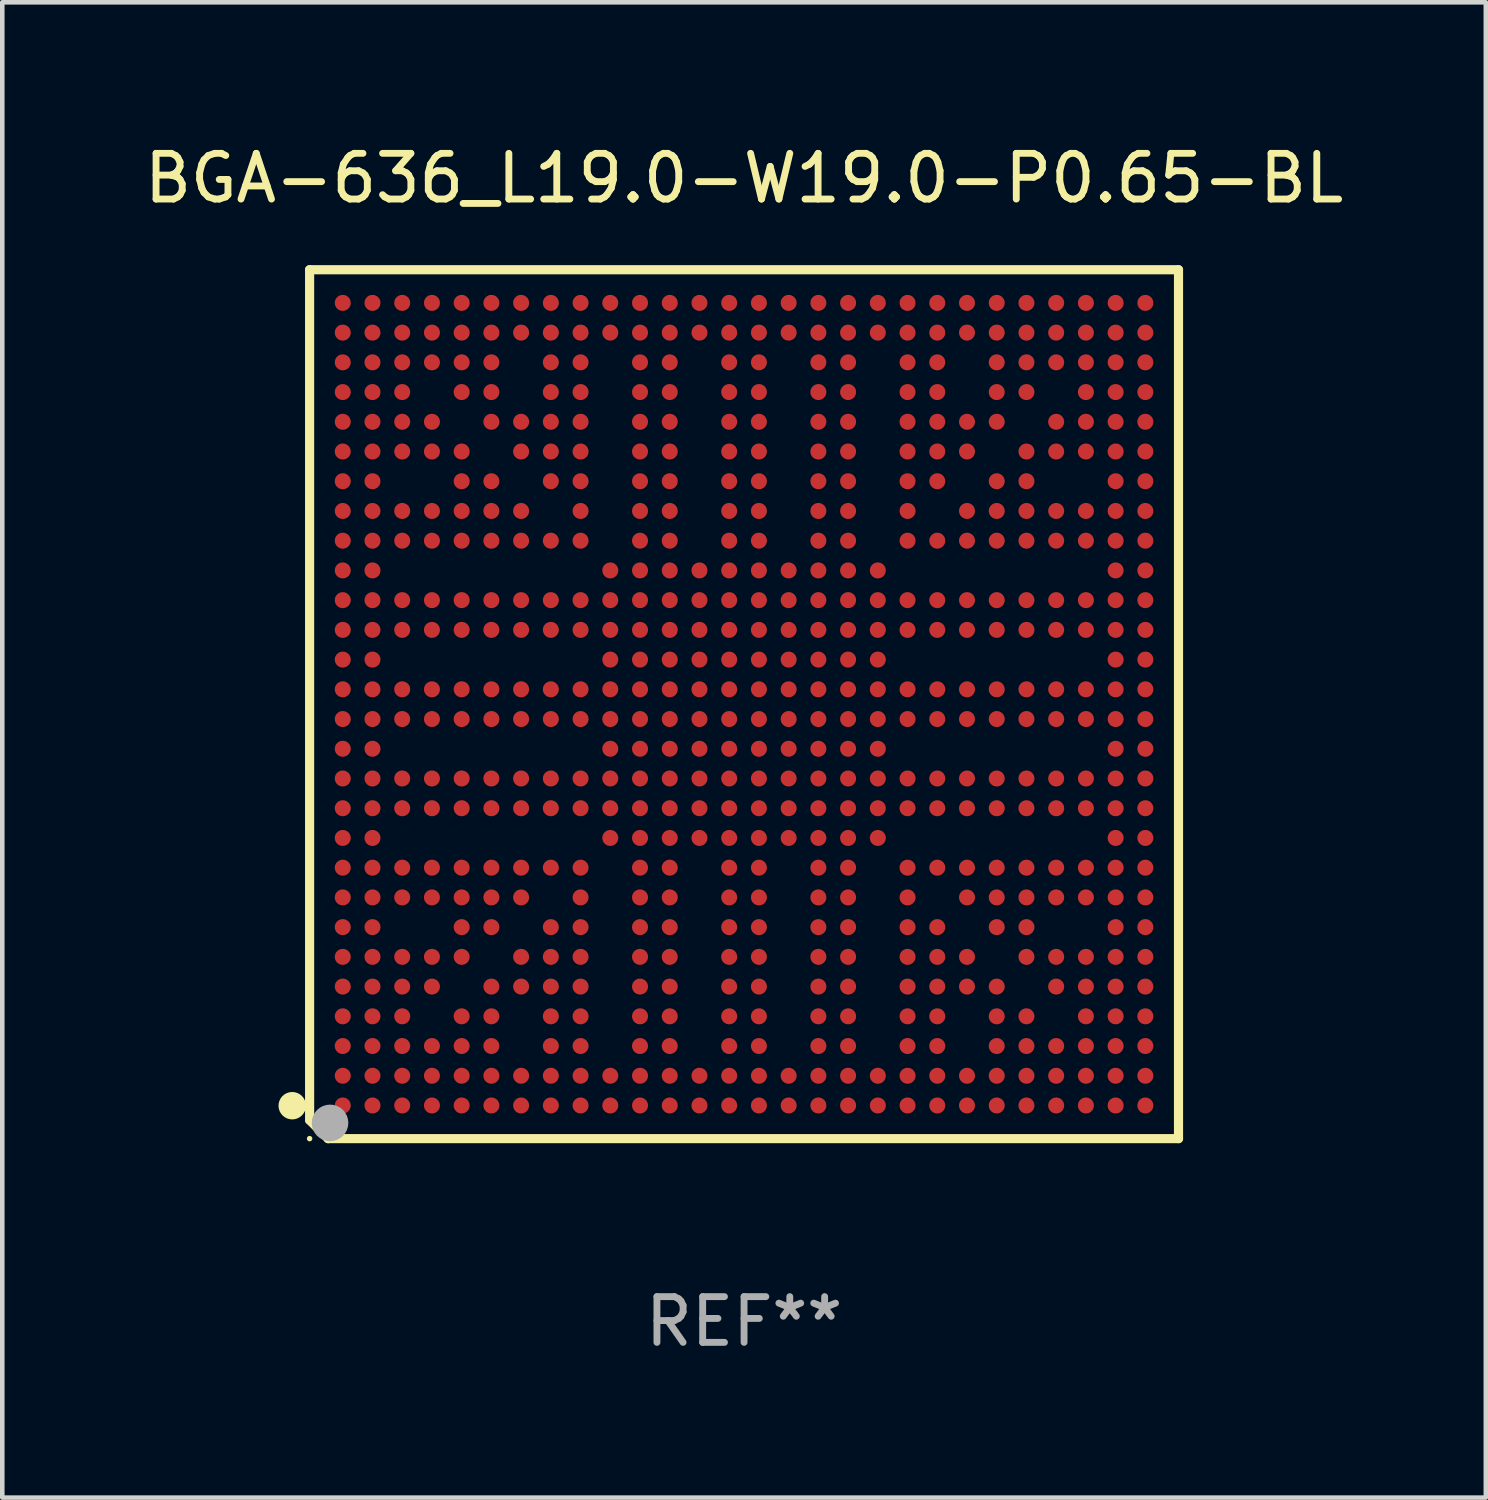
<source format=kicad_pcb>
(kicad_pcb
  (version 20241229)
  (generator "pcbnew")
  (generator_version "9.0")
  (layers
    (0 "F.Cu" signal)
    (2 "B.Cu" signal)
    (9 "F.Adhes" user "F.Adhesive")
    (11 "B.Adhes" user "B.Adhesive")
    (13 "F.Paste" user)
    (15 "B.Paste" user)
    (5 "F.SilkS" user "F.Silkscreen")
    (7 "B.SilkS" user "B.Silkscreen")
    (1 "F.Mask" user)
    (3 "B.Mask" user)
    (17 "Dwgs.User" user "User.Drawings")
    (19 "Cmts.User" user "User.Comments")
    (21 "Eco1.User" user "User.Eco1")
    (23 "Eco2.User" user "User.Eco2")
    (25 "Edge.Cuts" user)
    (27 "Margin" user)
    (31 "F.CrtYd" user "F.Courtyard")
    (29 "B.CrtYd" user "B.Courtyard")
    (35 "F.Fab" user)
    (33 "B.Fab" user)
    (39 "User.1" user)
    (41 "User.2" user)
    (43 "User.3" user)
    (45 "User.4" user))
  (footprint "BGA-636_L19.0-W19.0-P0.65-BL"
    (layer "F.Cu")
    (at 13.22 12.348)
    (property "Reference" "BGA-636_L19.0-W19.0-P0.65-BL" (at 0.000025 -11.5 0) (layer "F.SilkS") (effects (font (size 1 1) (thickness 0.15))))
    (attr through_hole)
    (fp_line (start -9.5 -9.5) (end -9.5 9.095) (stroke (width 0.2) (type solid)) (layer "F.SilkS"))
    (fp_line (start -9.5 9.095) (end -9.095 9.5) (stroke (width 0.2) (type solid)) (layer "F.SilkS"))
    (fp_line (start -9.095 9.5) (end 9.5 9.5) (stroke (width 0.2) (type solid)) (layer "F.SilkS"))
    (fp_line (start 9.5 -9.5) (end -9.5 -9.5) (stroke (width 0.2) (type solid)) (layer "F.SilkS"))
    (fp_line (start 9.5 9.5) (end 9.5 -9.5) (stroke (width 0.2) (type solid)) (layer "F.SilkS"))
    (fp_circle (center -9.88 8.78) (end -9.73 8.78) (stroke (width 0.3) (type solid)) (fill no) (layer "F.SilkS"))
    (fp_circle (center -9.5 9.5) (end -9.47 9.5) (stroke (width 0.06) (type solid)) (fill no) (layer "F.SilkS"))
    (fp_circle (center -9.053 9.156) (end -8.853 9.156) (stroke (width 0.4) (type solid)) (fill no) (layer "F.Fab"))
    (fp_text user "REF**" (at 0.000025 13.5 0) (layer "F.Fab") (effects (font (size 1 1) (thickness 0.15))))
    (pad "A1" smd circle (at -8.775 8.775) (size 0.35 0.35) (layers "F.Cu" "F.Mask" "F.Paste"))
    (pad "A2" smd circle (at -8.775 8.125) (size 0.35 0.35) (layers "F.Cu" "F.Mask" "F.Paste"))
    (pad "A3" smd circle (at -8.775 7.475) (size 0.35 0.35) (layers "F.Cu" "F.Mask" "F.Paste"))
    (pad "A4" smd circle (at -8.775 6.825) (size 0.35 0.35) (layers "F.Cu" "F.Mask" "F.Paste"))
    (pad "A5" smd circle (at -8.775 6.175) (size 0.35 0.35) (layers "F.Cu" "F.Mask" "F.Paste"))
    (pad "A6" smd circle (at -8.775 5.525) (size 0.35 0.35) (layers "F.Cu" "F.Mask" "F.Paste"))
    (pad "A7" smd circle (at -8.775 4.875) (size 0.35 0.35) (layers "F.Cu" "F.Mask" "F.Paste"))
    (pad "A8" smd circle (at -8.775 4.225) (size 0.35 0.35) (layers "F.Cu" "F.Mask" "F.Paste"))
    (pad "A9" smd circle (at -8.775 3.575) (size 0.35 0.35) (layers "F.Cu" "F.Mask" "F.Paste"))
    (pad "A10" smd circle (at -8.775 2.925) (size 0.35 0.35) (layers "F.Cu" "F.Mask" "F.Paste"))
    (pad "A11" smd circle (at -8.775 2.275) (size 0.35 0.35) (layers "F.Cu" "F.Mask" "F.Paste"))
    (pad "A12" smd circle (at -8.775 1.625) (size 0.35 0.35) (layers "F.Cu" "F.Mask" "F.Paste"))
    (pad "A13" smd circle (at -8.775 0.975) (size 0.35 0.35) (layers "F.Cu" "F.Mask" "F.Paste"))
    (pad "A14" smd circle (at -8.775 0.325) (size 0.35 0.35) (layers "F.Cu" "F.Mask" "F.Paste"))
    (pad "A15" smd circle (at -8.775 -0.325) (size 0.35 0.35) (layers "F.Cu" "F.Mask" "F.Paste"))
    (pad "A16" smd circle (at -8.775 -0.975) (size 0.35 0.35) (layers "F.Cu" "F.Mask" "F.Paste"))
    (pad "A17" smd circle (at -8.775 -1.625) (size 0.35 0.35) (layers "F.Cu" "F.Mask" "F.Paste"))
    (pad "A18" smd circle (at -8.775 -2.275) (size 0.35 0.35) (layers "F.Cu" "F.Mask" "F.Paste"))
    (pad "A19" smd circle (at -8.775 -2.925) (size 0.35 0.35) (layers "F.Cu" "F.Mask" "F.Paste"))
    (pad "A20" smd circle (at -8.775 -3.575) (size 0.35 0.35) (layers "F.Cu" "F.Mask" "F.Paste"))
    (pad "A21" smd circle (at -8.775 -4.225) (size 0.35 0.35) (layers "F.Cu" "F.Mask" "F.Paste"))
    (pad "A22" smd circle (at -8.775 -4.875) (size 0.35 0.35) (layers "F.Cu" "F.Mask" "F.Paste"))
    (pad "A23" smd circle (at -8.775 -5.525) (size 0.35 0.35) (layers "F.Cu" "F.Mask" "F.Paste"))
    (pad "A24" smd circle (at -8.775 -6.175) (size 0.35 0.35) (layers "F.Cu" "F.Mask" "F.Paste"))
    (pad "A25" smd circle (at -8.775 -6.825) (size 0.35 0.35) (layers "F.Cu" "F.Mask" "F.Paste"))
    (pad "A26" smd circle (at -8.775 -7.475) (size 0.35 0.35) (layers "F.Cu" "F.Mask" "F.Paste"))
    (pad "A27" smd circle (at -8.775 -8.125) (size 0.35 0.35) (layers "F.Cu" "F.Mask" "F.Paste"))
    (pad "A28" smd circle (at -8.775 -8.775) (size 0.35 0.35) (layers "F.Cu" "F.Mask" "F.Paste"))
    (pad "AA1" smd circle (at 4.225 8.775) (size 0.35 0.35) (layers "F.Cu" "F.Mask" "F.Paste"))
    (pad "AA2" smd circle (at 4.225 8.125) (size 0.35 0.35) (layers "F.Cu" "F.Mask" "F.Paste"))
    (pad "AA3" smd circle (at 4.225 7.475) (size 0.35 0.35) (layers "F.Cu" "F.Mask" "F.Paste"))
    (pad "AA4" smd circle (at 4.225 6.825) (size 0.35 0.35) (layers "F.Cu" "F.Mask" "F.Paste"))
    (pad "AA5" smd circle (at 4.225 6.175) (size 0.35 0.35) (layers "F.Cu" "F.Mask" "F.Paste"))
    (pad "AA6" smd circle (at 4.225 5.525) (size 0.35 0.35) (layers "F.Cu" "F.Mask" "F.Paste"))
    (pad "AA7" smd circle (at 4.225 4.875) (size 0.35 0.35) (layers "F.Cu" "F.Mask" "F.Paste"))
    (pad "AA9" smd circle (at 4.225 3.575) (size 0.35 0.35) (layers "F.Cu" "F.Mask" "F.Paste"))
    (pad "AA11" smd circle (at 4.225 2.275) (size 0.35 0.35) (layers "F.Cu" "F.Mask" "F.Paste"))
    (pad "AA12" smd circle (at 4.225 1.625) (size 0.35 0.35) (layers "F.Cu" "F.Mask" "F.Paste"))
    (pad "AA14" smd circle (at 4.225 0.325) (size 0.35 0.35) (layers "F.Cu" "F.Mask" "F.Paste"))
    (pad "AA15" smd circle (at 4.225 -0.325) (size 0.35 0.35) (layers "F.Cu" "F.Mask" "F.Paste"))
    (pad "AA17" smd circle (at 4.225 -1.625) (size 0.35 0.35) (layers "F.Cu" "F.Mask" "F.Paste"))
    (pad "AA18" smd circle (at 4.225 -2.275) (size 0.35 0.35) (layers "F.Cu" "F.Mask" "F.Paste"))
    (pad "AA20" smd circle (at 4.225 -3.575) (size 0.35 0.35) (layers "F.Cu" "F.Mask" "F.Paste"))
    (pad "AA22" smd circle (at 4.225 -4.875) (size 0.35 0.35) (layers "F.Cu" "F.Mask" "F.Paste"))
    (pad "AA23" smd circle (at 4.225 -5.525) (size 0.35 0.35) (layers "F.Cu" "F.Mask" "F.Paste"))
    (pad "AA24" smd circle (at 4.225 -6.175) (size 0.35 0.35) (layers "F.Cu" "F.Mask" "F.Paste"))
    (pad "AA25" smd circle (at 4.225 -6.825) (size 0.35 0.35) (layers "F.Cu" "F.Mask" "F.Paste"))
    (pad "AA26" smd circle (at 4.225 -7.475) (size 0.35 0.35) (layers "F.Cu" "F.Mask" "F.Paste"))
    (pad "AA27" smd circle (at 4.225 -8.125) (size 0.35 0.35) (layers "F.Cu" "F.Mask" "F.Paste"))
    (pad "AA28" smd circle (at 4.225 -8.775) (size 0.35 0.35) (layers "F.Cu" "F.Mask" "F.Paste"))
    (pad "AB1" smd circle (at 4.875 8.775) (size 0.35 0.35) (layers "F.Cu" "F.Mask" "F.Paste"))
    (pad "AB2" smd circle (at 4.875 8.125) (size 0.35 0.35) (layers "F.Cu" "F.Mask" "F.Paste"))
    (pad "AB5" smd circle (at 4.875 6.175) (size 0.35 0.35) (layers "F.Cu" "F.Mask" "F.Paste"))
    (pad "AB6" smd circle (at 4.875 5.525) (size 0.35 0.35) (layers "F.Cu" "F.Mask" "F.Paste"))
    (pad "AB8" smd circle (at 4.875 4.225) (size 0.35 0.35) (layers "F.Cu" "F.Mask" "F.Paste"))
    (pad "AB9" smd circle (at 4.875 3.575) (size 0.35 0.35) (layers "F.Cu" "F.Mask" "F.Paste"))
    (pad "AB11" smd circle (at 4.875 2.275) (size 0.35 0.35) (layers "F.Cu" "F.Mask" "F.Paste"))
    (pad "AB12" smd circle (at 4.875 1.625) (size 0.35 0.35) (layers "F.Cu" "F.Mask" "F.Paste"))
    (pad "AB14" smd circle (at 4.875 0.325) (size 0.35 0.35) (layers "F.Cu" "F.Mask" "F.Paste"))
    (pad "AB15" smd circle (at 4.875 -0.325) (size 0.35 0.35) (layers "F.Cu" "F.Mask" "F.Paste"))
    (pad "AB17" smd circle (at 4.875 -1.625) (size 0.35 0.35) (layers "F.Cu" "F.Mask" "F.Paste"))
    (pad "AB18" smd circle (at 4.875 -2.275) (size 0.35 0.35) (layers "F.Cu" "F.Mask" "F.Paste"))
    (pad "AB20" smd circle (at 4.875 -3.575) (size 0.35 0.35) (layers "F.Cu" "F.Mask" "F.Paste"))
    (pad "AB21" smd circle (at 4.875 -4.225) (size 0.35 0.35) (layers "F.Cu" "F.Mask" "F.Paste"))
    (pad "AB23" smd circle (at 4.875 -5.525) (size 0.35 0.35) (layers "F.Cu" "F.Mask" "F.Paste"))
    (pad "AB24" smd circle (at 4.875 -6.175) (size 0.35 0.35) (layers "F.Cu" "F.Mask" "F.Paste"))
    (pad "AB27" smd circle (at 4.875 -8.125) (size 0.35 0.35) (layers "F.Cu" "F.Mask" "F.Paste"))
    (pad "AB28" smd circle (at 4.875 -8.775) (size 0.35 0.35) (layers "F.Cu" "F.Mask" "F.Paste"))
    (pad "AC1" smd circle (at 5.525 8.775) (size 0.35 0.35) (layers "F.Cu" "F.Mask" "F.Paste"))
    (pad "AC2" smd circle (at 5.525 8.125) (size 0.35 0.35) (layers "F.Cu" "F.Mask" "F.Paste"))
    (pad "AC3" smd circle (at 5.525 7.475) (size 0.35 0.35) (layers "F.Cu" "F.Mask" "F.Paste"))
    (pad "AC4" smd circle (at 5.525 6.825) (size 0.35 0.35) (layers "F.Cu" "F.Mask" "F.Paste"))
    (pad "AC5" smd circle (at 5.525 6.175) (size 0.35 0.35) (layers "F.Cu" "F.Mask" "F.Paste"))
    (pad "AC7" smd circle (at 5.525 4.875) (size 0.35 0.35) (layers "F.Cu" "F.Mask" "F.Paste"))
    (pad "AC8" smd circle (at 5.525 4.225) (size 0.35 0.35) (layers "F.Cu" "F.Mask" "F.Paste"))
    (pad "AC9" smd circle (at 5.525 3.575) (size 0.35 0.35) (layers "F.Cu" "F.Mask" "F.Paste"))
    (pad "AC11" smd circle (at 5.525 2.275) (size 0.35 0.35) (layers "F.Cu" "F.Mask" "F.Paste"))
    (pad "AC12" smd circle (at 5.525 1.625) (size 0.35 0.35) (layers "F.Cu" "F.Mask" "F.Paste"))
    (pad "AC14" smd circle (at 5.525 0.325) (size 0.35 0.35) (layers "F.Cu" "F.Mask" "F.Paste"))
    (pad "AC15" smd circle (at 5.525 -0.325) (size 0.35 0.35) (layers "F.Cu" "F.Mask" "F.Paste"))
    (pad "AC17" smd circle (at 5.525 -1.625) (size 0.35 0.35) (layers "F.Cu" "F.Mask" "F.Paste"))
    (pad "AC18" smd circle (at 5.525 -2.275) (size 0.35 0.35) (layers "F.Cu" "F.Mask" "F.Paste"))
    (pad "AC20" smd circle (at 5.525 -3.575) (size 0.35 0.35) (layers "F.Cu" "F.Mask" "F.Paste"))
    (pad "AC21" smd circle (at 5.525 -4.225) (size 0.35 0.35) (layers "F.Cu" "F.Mask" "F.Paste"))
    (pad "AC22" smd circle (at 5.525 -4.875) (size 0.35 0.35) (layers "F.Cu" "F.Mask" "F.Paste"))
    (pad "AC24" smd circle (at 5.525 -6.175) (size 0.35 0.35) (layers "F.Cu" "F.Mask" "F.Paste"))
    (pad "AC25" smd circle (at 5.525 -6.825) (size 0.35 0.35) (layers "F.Cu" "F.Mask" "F.Paste"))
    (pad "AC26" smd circle (at 5.525 -7.475) (size 0.35 0.35) (layers "F.Cu" "F.Mask" "F.Paste"))
    (pad "AC27" smd circle (at 5.525 -8.125) (size 0.35 0.35) (layers "F.Cu" "F.Mask" "F.Paste"))
    (pad "AC28" smd circle (at 5.525 -8.775) (size 0.35 0.35) (layers "F.Cu" "F.Mask" "F.Paste"))
    (pad "AD1" smd circle (at 6.175 8.775) (size 0.35 0.35) (layers "F.Cu" "F.Mask" "F.Paste"))
    (pad "AD2" smd circle (at 6.175 8.125) (size 0.35 0.35) (layers "F.Cu" "F.Mask" "F.Paste"))
    (pad "AD3" smd circle (at 6.175 7.475) (size 0.35 0.35) (layers "F.Cu" "F.Mask" "F.Paste"))
    (pad "AD4" smd circle (at 6.175 6.825) (size 0.35 0.35) (layers "F.Cu" "F.Mask" "F.Paste"))
    (pad "AD6" smd circle (at 6.175 5.525) (size 0.35 0.35) (layers "F.Cu" "F.Mask" "F.Paste"))
    (pad "AD7" smd circle (at 6.175 4.875) (size 0.35 0.35) (layers "F.Cu" "F.Mask" "F.Paste"))
    (pad "AD8" smd circle (at 6.175 4.225) (size 0.35 0.35) (layers "F.Cu" "F.Mask" "F.Paste"))
    (pad "AD9" smd circle (at 6.175 3.575) (size 0.35 0.35) (layers "F.Cu" "F.Mask" "F.Paste"))
    (pad "AD11" smd circle (at 6.175 2.275) (size 0.35 0.35) (layers "F.Cu" "F.Mask" "F.Paste"))
    (pad "AD12" smd circle (at 6.175 1.625) (size 0.35 0.35) (layers "F.Cu" "F.Mask" "F.Paste"))
    (pad "AD14" smd circle (at 6.175 0.325) (size 0.35 0.35) (layers "F.Cu" "F.Mask" "F.Paste"))
    (pad "AD15" smd circle (at 6.175 -0.325) (size 0.35 0.35) (layers "F.Cu" "F.Mask" "F.Paste"))
    (pad "AD17" smd circle (at 6.175 -1.625) (size 0.35 0.35) (layers "F.Cu" "F.Mask" "F.Paste"))
    (pad "AD18" smd circle (at 6.175 -2.275) (size 0.35 0.35) (layers "F.Cu" "F.Mask" "F.Paste"))
    (pad "AD20" smd circle (at 6.175 -3.575) (size 0.35 0.35) (layers "F.Cu" "F.Mask" "F.Paste"))
    (pad "AD21" smd circle (at 6.175 -4.225) (size 0.35 0.35) (layers "F.Cu" "F.Mask" "F.Paste"))
    (pad "AD22" smd circle (at 6.175 -4.875) (size 0.35 0.35) (layers "F.Cu" "F.Mask" "F.Paste"))
    (pad "AD23" smd circle (at 6.175 -5.525) (size 0.35 0.35) (layers "F.Cu" "F.Mask" "F.Paste"))
    (pad "AD25" smd circle (at 6.175 -6.825) (size 0.35 0.35) (layers "F.Cu" "F.Mask" "F.Paste"))
    (pad "AD26" smd circle (at 6.175 -7.475) (size 0.35 0.35) (layers "F.Cu" "F.Mask" "F.Paste"))
    (pad "AD27" smd circle (at 6.175 -8.125) (size 0.35 0.35) (layers "F.Cu" "F.Mask" "F.Paste"))
    (pad "AD28" smd circle (at 6.175 -8.775) (size 0.35 0.35) (layers "F.Cu" "F.Mask" "F.Paste"))
    (pad "AE1" smd circle (at 6.825 8.775) (size 0.35 0.35) (layers "F.Cu" "F.Mask" "F.Paste"))
    (pad "AE2" smd circle (at 6.825 8.125) (size 0.35 0.35) (layers "F.Cu" "F.Mask" "F.Paste"))
    (pad "AE3" smd circle (at 6.825 7.475) (size 0.35 0.35) (layers "F.Cu" "F.Mask" "F.Paste"))
    (pad "AE5" smd circle (at 6.825 6.175) (size 0.35 0.35) (layers "F.Cu" "F.Mask" "F.Paste"))
    (pad "AE6" smd circle (at 6.825 5.525) (size 0.35 0.35) (layers "F.Cu" "F.Mask" "F.Paste"))
    (pad "AE8" smd circle (at 6.825 4.225) (size 0.35 0.35) (layers "F.Cu" "F.Mask" "F.Paste"))
    (pad "AE9" smd circle (at 6.825 3.575) (size 0.35 0.35) (layers "F.Cu" "F.Mask" "F.Paste"))
    (pad "AE11" smd circle (at 6.825 2.275) (size 0.35 0.35) (layers "F.Cu" "F.Mask" "F.Paste"))
    (pad "AE12" smd circle (at 6.825 1.625) (size 0.35 0.35) (layers "F.Cu" "F.Mask" "F.Paste"))
    (pad "AE14" smd circle (at 6.825 0.325) (size 0.35 0.35) (layers "F.Cu" "F.Mask" "F.Paste"))
    (pad "AE15" smd circle (at 6.825 -0.325) (size 0.35 0.35) (layers "F.Cu" "F.Mask" "F.Paste"))
    (pad "AE17" smd circle (at 6.825 -1.625) (size 0.35 0.35) (layers "F.Cu" "F.Mask" "F.Paste"))
    (pad "AE18" smd circle (at 6.825 -2.275) (size 0.35 0.35) (layers "F.Cu" "F.Mask" "F.Paste"))
    (pad "AE20" smd circle (at 6.825 -3.575) (size 0.35 0.35) (layers "F.Cu" "F.Mask" "F.Paste"))
    (pad "AE21" smd circle (at 6.825 -4.225) (size 0.35 0.35) (layers "F.Cu" "F.Mask" "F.Paste"))
    (pad "AE23" smd circle (at 6.825 -5.525) (size 0.35 0.35) (layers "F.Cu" "F.Mask" "F.Paste"))
    (pad "AE24" smd circle (at 6.825 -6.175) (size 0.35 0.35) (layers "F.Cu" "F.Mask" "F.Paste"))
    (pad "AE26" smd circle (at 6.825 -7.475) (size 0.35 0.35) (layers "F.Cu" "F.Mask" "F.Paste"))
    (pad "AE27" smd circle (at 6.825 -8.125) (size 0.35 0.35) (layers "F.Cu" "F.Mask" "F.Paste"))
    (pad "AE28" smd circle (at 6.825 -8.775) (size 0.35 0.35) (layers "F.Cu" "F.Mask" "F.Paste"))
    (pad "AF1" smd circle (at 7.475 8.775) (size 0.35 0.35) (layers "F.Cu" "F.Mask" "F.Paste"))
    (pad "AF2" smd circle (at 7.475 8.125) (size 0.35 0.35) (layers "F.Cu" "F.Mask" "F.Paste"))
    (pad "AF3" smd circle (at 7.475 7.475) (size 0.35 0.35) (layers "F.Cu" "F.Mask" "F.Paste"))
    (pad "AF4" smd circle (at 7.475 6.825) (size 0.35 0.35) (layers "F.Cu" "F.Mask" "F.Paste"))
    (pad "AF5" smd circle (at 7.475 6.175) (size 0.35 0.35) (layers "F.Cu" "F.Mask" "F.Paste"))
    (pad "AF6" smd circle (at 7.475 5.525) (size 0.35 0.35) (layers "F.Cu" "F.Mask" "F.Paste"))
    (pad "AF8" smd circle (at 7.475 4.225) (size 0.35 0.35) (layers "F.Cu" "F.Mask" "F.Paste"))
    (pad "AF9" smd circle (at 7.475 3.575) (size 0.35 0.35) (layers "F.Cu" "F.Mask" "F.Paste"))
    (pad "AF11" smd circle (at 7.475 2.275) (size 0.35 0.35) (layers "F.Cu" "F.Mask" "F.Paste"))
    (pad "AF12" smd circle (at 7.475 1.625) (size 0.35 0.35) (layers "F.Cu" "F.Mask" "F.Paste"))
    (pad "AF14" smd circle (at 7.475 0.325) (size 0.35 0.35) (layers "F.Cu" "F.Mask" "F.Paste"))
    (pad "AF15" smd circle (at 7.475 -0.325) (size 0.35 0.35) (layers "F.Cu" "F.Mask" "F.Paste"))
    (pad "AF17" smd circle (at 7.475 -1.625) (size 0.35 0.35) (layers "F.Cu" "F.Mask" "F.Paste"))
    (pad "AF18" smd circle (at 7.475 -2.275) (size 0.35 0.35) (layers "F.Cu" "F.Mask" "F.Paste"))
    (pad "AF20" smd circle (at 7.475 -3.575) (size 0.35 0.35) (layers "F.Cu" "F.Mask" "F.Paste"))
    (pad "AF21" smd circle (at 7.475 -4.225) (size 0.35 0.35) (layers "F.Cu" "F.Mask" "F.Paste"))
    (pad "AF23" smd circle (at 7.475 -5.525) (size 0.35 0.35) (layers "F.Cu" "F.Mask" "F.Paste"))
    (pad "AF24" smd circle (at 7.475 -6.175) (size 0.35 0.35) (layers "F.Cu" "F.Mask" "F.Paste"))
    (pad "AF25" smd circle (at 7.475 -6.825) (size 0.35 0.35) (layers "F.Cu" "F.Mask" "F.Paste"))
    (pad "AF26" smd circle (at 7.475 -7.475) (size 0.35 0.35) (layers "F.Cu" "F.Mask" "F.Paste"))
    (pad "AF27" smd circle (at 7.475 -8.125) (size 0.35 0.35) (layers "F.Cu" "F.Mask" "F.Paste"))
    (pad "AF28" smd circle (at 7.475 -8.775) (size 0.35 0.35) (layers "F.Cu" "F.Mask" "F.Paste"))
    (pad "AG1" smd circle (at 8.125 8.775) (size 0.35 0.35) (layers "F.Cu" "F.Mask" "F.Paste"))
    (pad "AG2" smd circle (at 8.125 8.125) (size 0.35 0.35) (layers "F.Cu" "F.Mask" "F.Paste"))
    (pad "AG3" smd circle (at 8.125 7.475) (size 0.35 0.35) (layers "F.Cu" "F.Mask" "F.Paste"))
    (pad "AG4" smd circle (at 8.125 6.825) (size 0.35 0.35) (layers "F.Cu" "F.Mask" "F.Paste"))
    (pad "AG5" smd circle (at 8.125 6.175) (size 0.35 0.35) (layers "F.Cu" "F.Mask" "F.Paste"))
    (pad "AG6" smd circle (at 8.125 5.525) (size 0.35 0.35) (layers "F.Cu" "F.Mask" "F.Paste"))
    (pad "AG7" smd circle (at 8.125 4.875) (size 0.35 0.35) (layers "F.Cu" "F.Mask" "F.Paste"))
    (pad "AG8" smd circle (at 8.125 4.225) (size 0.35 0.35) (layers "F.Cu" "F.Mask" "F.Paste"))
    (pad "AG9" smd circle (at 8.125 3.575) (size 0.35 0.35) (layers "F.Cu" "F.Mask" "F.Paste"))
    (pad "AG10" smd circle (at 8.125 2.925) (size 0.35 0.35) (layers "F.Cu" "F.Mask" "F.Paste"))
    (pad "AG11" smd circle (at 8.125 2.275) (size 0.35 0.35) (layers "F.Cu" "F.Mask" "F.Paste"))
    (pad "AG12" smd circle (at 8.125 1.625) (size 0.35 0.35) (layers "F.Cu" "F.Mask" "F.Paste"))
    (pad "AG13" smd circle (at 8.125 0.975) (size 0.35 0.35) (layers "F.Cu" "F.Mask" "F.Paste"))
    (pad "AG14" smd circle (at 8.125 0.325) (size 0.35 0.35) (layers "F.Cu" "F.Mask" "F.Paste"))
    (pad "AG15" smd circle (at 8.125 -0.325) (size 0.35 0.35) (layers "F.Cu" "F.Mask" "F.Paste"))
    (pad "AG16" smd circle (at 8.125 -0.975) (size 0.35 0.35) (layers "F.Cu" "F.Mask" "F.Paste"))
    (pad "AG17" smd circle (at 8.125 -1.625) (size 0.35 0.35) (layers "F.Cu" "F.Mask" "F.Paste"))
    (pad "AG18" smd circle (at 8.125 -2.275) (size 0.35 0.35) (layers "F.Cu" "F.Mask" "F.Paste"))
    (pad "AG19" smd circle (at 8.125 -2.925) (size 0.35 0.35) (layers "F.Cu" "F.Mask" "F.Paste"))
    (pad "AG20" smd circle (at 8.125 -3.575) (size 0.35 0.35) (layers "F.Cu" "F.Mask" "F.Paste"))
    (pad "AG21" smd circle (at 8.125 -4.225) (size 0.35 0.35) (layers "F.Cu" "F.Mask" "F.Paste"))
    (pad "AG22" smd circle (at 8.125 -4.875) (size 0.35 0.35) (layers "F.Cu" "F.Mask" "F.Paste"))
    (pad "AG23" smd circle (at 8.125 -5.525) (size 0.35 0.35) (layers "F.Cu" "F.Mask" "F.Paste"))
    (pad "AG24" smd circle (at 8.125 -6.175) (size 0.35 0.35) (layers "F.Cu" "F.Mask" "F.Paste"))
    (pad "AG25" smd circle (at 8.125 -6.825) (size 0.35 0.35) (layers "F.Cu" "F.Mask" "F.Paste"))
    (pad "AG26" smd circle (at 8.125 -7.475) (size 0.35 0.35) (layers "F.Cu" "F.Mask" "F.Paste"))
    (pad "AG27" smd circle (at 8.125 -8.125) (size 0.35 0.35) (layers "F.Cu" "F.Mask" "F.Paste"))
    (pad "AG28" smd circle (at 8.125 -8.775) (size 0.35 0.35) (layers "F.Cu" "F.Mask" "F.Paste"))
    (pad "AH1" smd circle (at 8.775 8.775) (size 0.35 0.35) (layers "F.Cu" "F.Mask" "F.Paste"))
    (pad "AH2" smd circle (at 8.775 8.125) (size 0.35 0.35) (layers "F.Cu" "F.Mask" "F.Paste"))
    (pad "AH3" smd circle (at 8.775 7.475) (size 0.35 0.35) (layers "F.Cu" "F.Mask" "F.Paste"))
    (pad "AH4" smd circle (at 8.775 6.825) (size 0.35 0.35) (layers "F.Cu" "F.Mask" "F.Paste"))
    (pad "AH5" smd circle (at 8.775 6.175) (size 0.35 0.35) (layers "F.Cu" "F.Mask" "F.Paste"))
    (pad "AH6" smd circle (at 8.775 5.525) (size 0.35 0.35) (layers "F.Cu" "F.Mask" "F.Paste"))
    (pad "AH7" smd circle (at 8.775 4.875) (size 0.35 0.35) (layers "F.Cu" "F.Mask" "F.Paste"))
    (pad "AH8" smd circle (at 8.775 4.225) (size 0.35 0.35) (layers "F.Cu" "F.Mask" "F.Paste"))
    (pad "AH9" smd circle (at 8.775 3.575) (size 0.35 0.35) (layers "F.Cu" "F.Mask" "F.Paste"))
    (pad "AH10" smd circle (at 8.775 2.925) (size 0.35 0.35) (layers "F.Cu" "F.Mask" "F.Paste"))
    (pad "AH11" smd circle (at 8.775 2.275) (size 0.35 0.35) (layers "F.Cu" "F.Mask" "F.Paste"))
    (pad "AH12" smd circle (at 8.775 1.625) (size 0.35 0.35) (layers "F.Cu" "F.Mask" "F.Paste"))
    (pad "AH13" smd circle (at 8.775 0.975) (size 0.35 0.35) (layers "F.Cu" "F.Mask" "F.Paste"))
    (pad "AH14" smd circle (at 8.775 0.325) (size 0.35 0.35) (layers "F.Cu" "F.Mask" "F.Paste"))
    (pad "AH15" smd circle (at 8.775 -0.325) (size 0.35 0.35) (layers "F.Cu" "F.Mask" "F.Paste"))
    (pad "AH16" smd circle (at 8.775 -0.975) (size 0.35 0.35) (layers "F.Cu" "F.Mask" "F.Paste"))
    (pad "AH17" smd circle (at 8.775 -1.625) (size 0.35 0.35) (layers "F.Cu" "F.Mask" "F.Paste"))
    (pad "AH18" smd circle (at 8.775 -2.275) (size 0.35 0.35) (layers "F.Cu" "F.Mask" "F.Paste"))
    (pad "AH19" smd circle (at 8.775 -2.925) (size 0.35 0.35) (layers "F.Cu" "F.Mask" "F.Paste"))
    (pad "AH20" smd circle (at 8.775 -3.575) (size 0.35 0.35) (layers "F.Cu" "F.Mask" "F.Paste"))
    (pad "AH21" smd circle (at 8.775 -4.225) (size 0.35 0.35) (layers "F.Cu" "F.Mask" "F.Paste"))
    (pad "AH22" smd circle (at 8.775 -4.875) (size 0.35 0.35) (layers "F.Cu" "F.Mask" "F.Paste"))
    (pad "AH23" smd circle (at 8.775 -5.525) (size 0.35 0.35) (layers "F.Cu" "F.Mask" "F.Paste"))
    (pad "AH24" smd circle (at 8.775 -6.175) (size 0.35 0.35) (layers "F.Cu" "F.Mask" "F.Paste"))
    (pad "AH25" smd circle (at 8.775 -6.825) (size 0.35 0.35) (layers "F.Cu" "F.Mask" "F.Paste"))
    (pad "AH26" smd circle (at 8.775 -7.475) (size 0.35 0.35) (layers "F.Cu" "F.Mask" "F.Paste"))
    (pad "AH27" smd circle (at 8.775 -8.125) (size 0.35 0.35) (layers "F.Cu" "F.Mask" "F.Paste"))
    (pad "AH28" smd circle (at 8.775 -8.775) (size 0.35 0.35) (layers "F.Cu" "F.Mask" "F.Paste"))
    (pad "B1" smd circle (at -8.125 8.775) (size 0.35 0.35) (layers "F.Cu" "F.Mask" "F.Paste"))
    (pad "B2" smd circle (at -8.125 8.125) (size 0.35 0.35) (layers "F.Cu" "F.Mask" "F.Paste"))
    (pad "B3" smd circle (at -8.125 7.475) (size 0.35 0.35) (layers "F.Cu" "F.Mask" "F.Paste"))
    (pad "B4" smd circle (at -8.125 6.825) (size 0.35 0.35) (layers "F.Cu" "F.Mask" "F.Paste"))
    (pad "B5" smd circle (at -8.125 6.175) (size 0.35 0.35) (layers "F.Cu" "F.Mask" "F.Paste"))
    (pad "B6" smd circle (at -8.125 5.525) (size 0.35 0.35) (layers "F.Cu" "F.Mask" "F.Paste"))
    (pad "B7" smd circle (at -8.125 4.875) (size 0.35 0.35) (layers "F.Cu" "F.Mask" "F.Paste"))
    (pad "B8" smd circle (at -8.125 4.225) (size 0.35 0.35) (layers "F.Cu" "F.Mask" "F.Paste"))
    (pad "B9" smd circle (at -8.125 3.575) (size 0.35 0.35) (layers "F.Cu" "F.Mask" "F.Paste"))
    (pad "B10" smd circle (at -8.125 2.925) (size 0.35 0.35) (layers "F.Cu" "F.Mask" "F.Paste"))
    (pad "B11" smd circle (at -8.125 2.275) (size 0.35 0.35) (layers "F.Cu" "F.Mask" "F.Paste"))
    (pad "B12" smd circle (at -8.125 1.625) (size 0.35 0.35) (layers "F.Cu" "F.Mask" "F.Paste"))
    (pad "B13" smd circle (at -8.125 0.975) (size 0.35 0.35) (layers "F.Cu" "F.Mask" "F.Paste"))
    (pad "B14" smd circle (at -8.125 0.325) (size 0.35 0.35) (layers "F.Cu" "F.Mask" "F.Paste"))
    (pad "B15" smd circle (at -8.125 -0.325) (size 0.35 0.35) (layers "F.Cu" "F.Mask" "F.Paste"))
    (pad "B16" smd circle (at -8.125 -0.975) (size 0.35 0.35) (layers "F.Cu" "F.Mask" "F.Paste"))
    (pad "B17" smd circle (at -8.125 -1.625) (size 0.35 0.35) (layers "F.Cu" "F.Mask" "F.Paste"))
    (pad "B18" smd circle (at -8.125 -2.275) (size 0.35 0.35) (layers "F.Cu" "F.Mask" "F.Paste"))
    (pad "B19" smd circle (at -8.125 -2.925) (size 0.35 0.35) (layers "F.Cu" "F.Mask" "F.Paste"))
    (pad "B20" smd circle (at -8.125 -3.575) (size 0.35 0.35) (layers "F.Cu" "F.Mask" "F.Paste"))
    (pad "B21" smd circle (at -8.125 -4.225) (size 0.35 0.35) (layers "F.Cu" "F.Mask" "F.Paste"))
    (pad "B22" smd circle (at -8.125 -4.875) (size 0.35 0.35) (layers "F.Cu" "F.Mask" "F.Paste"))
    (pad "B23" smd circle (at -8.125 -5.525) (size 0.35 0.35) (layers "F.Cu" "F.Mask" "F.Paste"))
    (pad "B24" smd circle (at -8.125 -6.175) (size 0.35 0.35) (layers "F.Cu" "F.Mask" "F.Paste"))
    (pad "B25" smd circle (at -8.125 -6.825) (size 0.35 0.35) (layers "F.Cu" "F.Mask" "F.Paste"))
    (pad "B26" smd circle (at -8.125 -7.475) (size 0.35 0.35) (layers "F.Cu" "F.Mask" "F.Paste"))
    (pad "B27" smd circle (at -8.125 -8.125) (size 0.35 0.35) (layers "F.Cu" "F.Mask" "F.Paste"))
    (pad "B28" smd circle (at -8.125 -8.775) (size 0.35 0.35) (layers "F.Cu" "F.Mask" "F.Paste"))
    (pad "C1" smd circle (at -7.475 8.775) (size 0.35 0.35) (layers "F.Cu" "F.Mask" "F.Paste"))
    (pad "C2" smd circle (at -7.475 8.125) (size 0.35 0.35) (layers "F.Cu" "F.Mask" "F.Paste"))
    (pad "C3" smd circle (at -7.475 7.475) (size 0.35 0.35) (layers "F.Cu" "F.Mask" "F.Paste"))
    (pad "C4" smd circle (at -7.475 6.825) (size 0.35 0.35) (layers "F.Cu" "F.Mask" "F.Paste"))
    (pad "C5" smd circle (at -7.475 6.175) (size 0.35 0.35) (layers "F.Cu" "F.Mask" "F.Paste"))
    (pad "C6" smd circle (at -7.475 5.525) (size 0.35 0.35) (layers "F.Cu" "F.Mask" "F.Paste"))
    (pad "C8" smd circle (at -7.475 4.225) (size 0.35 0.35) (layers "F.Cu" "F.Mask" "F.Paste"))
    (pad "C9" smd circle (at -7.475 3.575) (size 0.35 0.35) (layers "F.Cu" "F.Mask" "F.Paste"))
    (pad "C11" smd circle (at -7.475 2.275) (size 0.35 0.35) (layers "F.Cu" "F.Mask" "F.Paste"))
    (pad "C12" smd circle (at -7.475 1.625) (size 0.35 0.35) (layers "F.Cu" "F.Mask" "F.Paste"))
    (pad "C14" smd circle (at -7.475 0.325) (size 0.35 0.35) (layers "F.Cu" "F.Mask" "F.Paste"))
    (pad "C15" smd circle (at -7.475 -0.325) (size 0.35 0.35) (layers "F.Cu" "F.Mask" "F.Paste"))
    (pad "C17" smd circle (at -7.475 -1.625) (size 0.35 0.35) (layers "F.Cu" "F.Mask" "F.Paste"))
    (pad "C18" smd circle (at -7.475 -2.275) (size 0.35 0.35) (layers "F.Cu" "F.Mask" "F.Paste"))
    (pad "C20" smd circle (at -7.475 -3.575) (size 0.35 0.35) (layers "F.Cu" "F.Mask" "F.Paste"))
    (pad "C21" smd circle (at -7.475 -4.225) (size 0.35 0.35) (layers "F.Cu" "F.Mask" "F.Paste"))
    (pad "C23" smd circle (at -7.475 -5.525) (size 0.35 0.35) (layers "F.Cu" "F.Mask" "F.Paste"))
    (pad "C24" smd circle (at -7.475 -6.175) (size 0.35 0.35) (layers "F.Cu" "F.Mask" "F.Paste"))
    (pad "C25" smd circle (at -7.475 -6.825) (size 0.35 0.35) (layers "F.Cu" "F.Mask" "F.Paste"))
    (pad "C26" smd circle (at -7.475 -7.475) (size 0.35 0.35) (layers "F.Cu" "F.Mask" "F.Paste"))
    (pad "C27" smd circle (at -7.475 -8.125) (size 0.35 0.35) (layers "F.Cu" "F.Mask" "F.Paste"))
    (pad "C28" smd circle (at -7.475 -8.775) (size 0.35 0.35) (layers "F.Cu" "F.Mask" "F.Paste"))
    (pad "D1" smd circle (at -6.825 8.775) (size 0.35 0.35) (layers "F.Cu" "F.Mask" "F.Paste"))
    (pad "D2" smd circle (at -6.825 8.125) (size 0.35 0.35) (layers "F.Cu" "F.Mask" "F.Paste"))
    (pad "D3" smd circle (at -6.825 7.475) (size 0.35 0.35) (layers "F.Cu" "F.Mask" "F.Paste"))
    (pad "D5" smd circle (at -6.825 6.175) (size 0.35 0.35) (layers "F.Cu" "F.Mask" "F.Paste"))
    (pad "D6" smd circle (at -6.825 5.525) (size 0.35 0.35) (layers "F.Cu" "F.Mask" "F.Paste"))
    (pad "D8" smd circle (at -6.825 4.225) (size 0.35 0.35) (layers "F.Cu" "F.Mask" "F.Paste"))
    (pad "D9" smd circle (at -6.825 3.575) (size 0.35 0.35) (layers "F.Cu" "F.Mask" "F.Paste"))
    (pad "D11" smd circle (at -6.825 2.275) (size 0.35 0.35) (layers "F.Cu" "F.Mask" "F.Paste"))
    (pad "D12" smd circle (at -6.825 1.625) (size 0.35 0.35) (layers "F.Cu" "F.Mask" "F.Paste"))
    (pad "D14" smd circle (at -6.825 0.325) (size 0.35 0.35) (layers "F.Cu" "F.Mask" "F.Paste"))
    (pad "D15" smd circle (at -6.825 -0.325) (size 0.35 0.35) (layers "F.Cu" "F.Mask" "F.Paste"))
    (pad "D17" smd circle (at -6.825 -1.625) (size 0.35 0.35) (layers "F.Cu" "F.Mask" "F.Paste"))
    (pad "D18" smd circle (at -6.825 -2.275) (size 0.35 0.35) (layers "F.Cu" "F.Mask" "F.Paste"))
    (pad "D20" smd circle (at -6.825 -3.575) (size 0.35 0.35) (layers "F.Cu" "F.Mask" "F.Paste"))
    (pad "D21" smd circle (at -6.825 -4.225) (size 0.35 0.35) (layers "F.Cu" "F.Mask" "F.Paste"))
    (pad "D23" smd circle (at -6.825 -5.525) (size 0.35 0.35) (layers "F.Cu" "F.Mask" "F.Paste"))
    (pad "D24" smd circle (at -6.825 -6.175) (size 0.35 0.35) (layers "F.Cu" "F.Mask" "F.Paste"))
    (pad "D26" smd circle (at -6.825 -7.475) (size 0.35 0.35) (layers "F.Cu" "F.Mask" "F.Paste"))
    (pad "D27" smd circle (at -6.825 -8.125) (size 0.35 0.35) (layers "F.Cu" "F.Mask" "F.Paste"))
    (pad "D28" smd circle (at -6.825 -8.775) (size 0.35 0.35) (layers "F.Cu" "F.Mask" "F.Paste"))
    (pad "E1" smd circle (at -6.175 8.775) (size 0.35 0.35) (layers "F.Cu" "F.Mask" "F.Paste"))
    (pad "E2" smd circle (at -6.175 8.125) (size 0.35 0.35) (layers "F.Cu" "F.Mask" "F.Paste"))
    (pad "E3" smd circle (at -6.175 7.475) (size 0.35 0.35) (layers "F.Cu" "F.Mask" "F.Paste"))
    (pad "E4" smd circle (at -6.175 6.825) (size 0.35 0.35) (layers "F.Cu" "F.Mask" "F.Paste"))
    (pad "E6" smd circle (at -6.175 5.525) (size 0.35 0.35) (layers "F.Cu" "F.Mask" "F.Paste"))
    (pad "E7" smd circle (at -6.175 4.875) (size 0.35 0.35) (layers "F.Cu" "F.Mask" "F.Paste"))
    (pad "E8" smd circle (at -6.175 4.225) (size 0.35 0.35) (layers "F.Cu" "F.Mask" "F.Paste"))
    (pad "E9" smd circle (at -6.175 3.575) (size 0.35 0.35) (layers "F.Cu" "F.Mask" "F.Paste"))
    (pad "E11" smd circle (at -6.175 2.275) (size 0.35 0.35) (layers "F.Cu" "F.Mask" "F.Paste"))
    (pad "E12" smd circle (at -6.175 1.625) (size 0.35 0.35) (layers "F.Cu" "F.Mask" "F.Paste"))
    (pad "E14" smd circle (at -6.175 0.325) (size 0.35 0.35) (layers "F.Cu" "F.Mask" "F.Paste"))
    (pad "E15" smd circle (at -6.175 -0.325) (size 0.35 0.35) (layers "F.Cu" "F.Mask" "F.Paste"))
    (pad "E17" smd circle (at -6.175 -1.625) (size 0.35 0.35) (layers "F.Cu" "F.Mask" "F.Paste"))
    (pad "E18" smd circle (at -6.175 -2.275) (size 0.35 0.35) (layers "F.Cu" "F.Mask" "F.Paste"))
    (pad "E20" smd circle (at -6.175 -3.575) (size 0.35 0.35) (layers "F.Cu" "F.Mask" "F.Paste"))
    (pad "E21" smd circle (at -6.175 -4.225) (size 0.35 0.35) (layers "F.Cu" "F.Mask" "F.Paste"))
    (pad "E22" smd circle (at -6.175 -4.875) (size 0.35 0.35) (layers "F.Cu" "F.Mask" "F.Paste"))
    (pad "E23" smd circle (at -6.175 -5.525) (size 0.35 0.35) (layers "F.Cu" "F.Mask" "F.Paste"))
    (pad "E25" smd circle (at -6.175 -6.825) (size 0.35 0.35) (layers "F.Cu" "F.Mask" "F.Paste"))
    (pad "E26" smd circle (at -6.175 -7.475) (size 0.35 0.35) (layers "F.Cu" "F.Mask" "F.Paste"))
    (pad "E27" smd circle (at -6.175 -8.125) (size 0.35 0.35) (layers "F.Cu" "F.Mask" "F.Paste"))
    (pad "E28" smd circle (at -6.175 -8.775) (size 0.35 0.35) (layers "F.Cu" "F.Mask" "F.Paste"))
    (pad "F1" smd circle (at -5.525 8.775) (size 0.35 0.35) (layers "F.Cu" "F.Mask" "F.Paste"))
    (pad "F2" smd circle (at -5.525 8.125) (size 0.35 0.35) (layers "F.Cu" "F.Mask" "F.Paste"))
    (pad "F3" smd circle (at -5.525 7.475) (size 0.35 0.35) (layers "F.Cu" "F.Mask" "F.Paste"))
    (pad "F4" smd circle (at -5.525 6.825) (size 0.35 0.35) (layers "F.Cu" "F.Mask" "F.Paste"))
    (pad "F5" smd circle (at -5.525 6.175) (size 0.35 0.35) (layers "F.Cu" "F.Mask" "F.Paste"))
    (pad "F7" smd circle (at -5.525 4.875) (size 0.35 0.35) (layers "F.Cu" "F.Mask" "F.Paste"))
    (pad "F8" smd circle (at -5.525 4.225) (size 0.35 0.35) (layers "F.Cu" "F.Mask" "F.Paste"))
    (pad "F9" smd circle (at -5.525 3.575) (size 0.35 0.35) (layers "F.Cu" "F.Mask" "F.Paste"))
    (pad "F11" smd circle (at -5.525 2.275) (size 0.35 0.35) (layers "F.Cu" "F.Mask" "F.Paste"))
    (pad "F12" smd circle (at -5.525 1.625) (size 0.35 0.35) (layers "F.Cu" "F.Mask" "F.Paste"))
    (pad "F14" smd circle (at -5.525 0.325) (size 0.35 0.35) (layers "F.Cu" "F.Mask" "F.Paste"))
    (pad "F15" smd circle (at -5.525 -0.325) (size 0.35 0.35) (layers "F.Cu" "F.Mask" "F.Paste"))
    (pad "F17" smd circle (at -5.525 -1.625) (size 0.35 0.35) (layers "F.Cu" "F.Mask" "F.Paste"))
    (pad "F18" smd circle (at -5.525 -2.275) (size 0.35 0.35) (layers "F.Cu" "F.Mask" "F.Paste"))
    (pad "F20" smd circle (at -5.525 -3.575) (size 0.35 0.35) (layers "F.Cu" "F.Mask" "F.Paste"))
    (pad "F21" smd circle (at -5.525 -4.225) (size 0.35 0.35) (layers "F.Cu" "F.Mask" "F.Paste"))
    (pad "F22" smd circle (at -5.525 -4.875) (size 0.35 0.35) (layers "F.Cu" "F.Mask" "F.Paste"))
    (pad "F24" smd circle (at -5.525 -6.175) (size 0.35 0.35) (layers "F.Cu" "F.Mask" "F.Paste"))
    (pad "F25" smd circle (at -5.525 -6.825) (size 0.35 0.35) (layers "F.Cu" "F.Mask" "F.Paste"))
    (pad "F26" smd circle (at -5.525 -7.475) (size 0.35 0.35) (layers "F.Cu" "F.Mask" "F.Paste"))
    (pad "F27" smd circle (at -5.525 -8.125) (size 0.35 0.35) (layers "F.Cu" "F.Mask" "F.Paste"))
    (pad "F28" smd circle (at -5.525 -8.775) (size 0.35 0.35) (layers "F.Cu" "F.Mask" "F.Paste"))
    (pad "G1" smd circle (at -4.875 8.775) (size 0.35 0.35) (layers "F.Cu" "F.Mask" "F.Paste"))
    (pad "G2" smd circle (at -4.875 8.125) (size 0.35 0.35) (layers "F.Cu" "F.Mask" "F.Paste"))
    (pad "G5" smd circle (at -4.875 6.175) (size 0.35 0.35) (layers "F.Cu" "F.Mask" "F.Paste"))
    (pad "G6" smd circle (at -4.875 5.525) (size 0.35 0.35) (layers "F.Cu" "F.Mask" "F.Paste"))
    (pad "G8" smd circle (at -4.875 4.225) (size 0.35 0.35) (layers "F.Cu" "F.Mask" "F.Paste"))
    (pad "G9" smd circle (at -4.875 3.575) (size 0.35 0.35) (layers "F.Cu" "F.Mask" "F.Paste"))
    (pad "G11" smd circle (at -4.875 2.275) (size 0.35 0.35) (layers "F.Cu" "F.Mask" "F.Paste"))
    (pad "G12" smd circle (at -4.875 1.625) (size 0.35 0.35) (layers "F.Cu" "F.Mask" "F.Paste"))
    (pad "G14" smd circle (at -4.875 0.325) (size 0.35 0.35) (layers "F.Cu" "F.Mask" "F.Paste"))
    (pad "G15" smd circle (at -4.875 -0.325) (size 0.35 0.35) (layers "F.Cu" "F.Mask" "F.Paste"))
    (pad "G17" smd circle (at -4.875 -1.625) (size 0.35 0.35) (layers "F.Cu" "F.Mask" "F.Paste"))
    (pad "G18" smd circle (at -4.875 -2.275) (size 0.35 0.35) (layers "F.Cu" "F.Mask" "F.Paste"))
    (pad "G20" smd circle (at -4.875 -3.575) (size 0.35 0.35) (layers "F.Cu" "F.Mask" "F.Paste"))
    (pad "G21" smd circle (at -4.875 -4.225) (size 0.35 0.35) (layers "F.Cu" "F.Mask" "F.Paste"))
    (pad "G23" smd circle (at -4.875 -5.525) (size 0.35 0.35) (layers "F.Cu" "F.Mask" "F.Paste"))
    (pad "G24" smd circle (at -4.875 -6.175) (size 0.35 0.35) (layers "F.Cu" "F.Mask" "F.Paste"))
    (pad "G27" smd circle (at -4.875 -8.125) (size 0.35 0.35) (layers "F.Cu" "F.Mask" "F.Paste"))
    (pad "G28" smd circle (at -4.875 -8.775) (size 0.35 0.35) (layers "F.Cu" "F.Mask" "F.Paste"))
    (pad "H1" smd circle (at -4.225 8.775) (size 0.35 0.35) (layers "F.Cu" "F.Mask" "F.Paste"))
    (pad "H2" smd circle (at -4.225 8.125) (size 0.35 0.35) (layers "F.Cu" "F.Mask" "F.Paste"))
    (pad "H3" smd circle (at -4.225 7.475) (size 0.35 0.35) (layers "F.Cu" "F.Mask" "F.Paste"))
    (pad "H4" smd circle (at -4.225 6.825) (size 0.35 0.35) (layers "F.Cu" "F.Mask" "F.Paste"))
    (pad "H5" smd circle (at -4.225 6.175) (size 0.35 0.35) (layers "F.Cu" "F.Mask" "F.Paste"))
    (pad "H6" smd circle (at -4.225 5.525) (size 0.35 0.35) (layers "F.Cu" "F.Mask" "F.Paste"))
    (pad "H7" smd circle (at -4.225 4.875) (size 0.35 0.35) (layers "F.Cu" "F.Mask" "F.Paste"))
    (pad "H9" smd circle (at -4.225 3.575) (size 0.35 0.35) (layers "F.Cu" "F.Mask" "F.Paste"))
    (pad "H11" smd circle (at -4.225 2.275) (size 0.35 0.35) (layers "F.Cu" "F.Mask" "F.Paste"))
    (pad "H12" smd circle (at -4.225 1.625) (size 0.35 0.35) (layers "F.Cu" "F.Mask" "F.Paste"))
    (pad "H14" smd circle (at -4.225 0.325) (size 0.35 0.35) (layers "F.Cu" "F.Mask" "F.Paste"))
    (pad "H15" smd circle (at -4.225 -0.325) (size 0.35 0.35) (layers "F.Cu" "F.Mask" "F.Paste"))
    (pad "H17" smd circle (at -4.225 -1.625) (size 0.35 0.35) (layers "F.Cu" "F.Mask" "F.Paste"))
    (pad "H18" smd circle (at -4.225 -2.275) (size 0.35 0.35) (layers "F.Cu" "F.Mask" "F.Paste"))
    (pad "H20" smd circle (at -4.225 -3.575) (size 0.35 0.35) (layers "F.Cu" "F.Mask" "F.Paste"))
    (pad "H22" smd circle (at -4.225 -4.875) (size 0.35 0.35) (layers "F.Cu" "F.Mask" "F.Paste"))
    (pad "H23" smd circle (at -4.225 -5.525) (size 0.35 0.35) (layers "F.Cu" "F.Mask" "F.Paste"))
    (pad "H24" smd circle (at -4.225 -6.175) (size 0.35 0.35) (layers "F.Cu" "F.Mask" "F.Paste"))
    (pad "H25" smd circle (at -4.225 -6.825) (size 0.35 0.35) (layers "F.Cu" "F.Mask" "F.Paste"))
    (pad "H26" smd circle (at -4.225 -7.475) (size 0.35 0.35) (layers "F.Cu" "F.Mask" "F.Paste"))
    (pad "H27" smd circle (at -4.225 -8.125) (size 0.35 0.35) (layers "F.Cu" "F.Mask" "F.Paste"))
    (pad "H28" smd circle (at -4.225 -8.775) (size 0.35 0.35) (layers "F.Cu" "F.Mask" "F.Paste"))
    (pad "J1" smd circle (at -3.575 8.775) (size 0.35 0.35) (layers "F.Cu" "F.Mask" "F.Paste"))
    (pad "J2" smd circle (at -3.575 8.125) (size 0.35 0.35) (layers "F.Cu" "F.Mask" "F.Paste"))
    (pad "J3" smd circle (at -3.575 7.475) (size 0.35 0.35) (layers "F.Cu" "F.Mask" "F.Paste"))
    (pad "J4" smd circle (at -3.575 6.825) (size 0.35 0.35) (layers "F.Cu" "F.Mask" "F.Paste"))
    (pad "J5" smd circle (at -3.575 6.175) (size 0.35 0.35) (layers "F.Cu" "F.Mask" "F.Paste"))
    (pad "J6" smd circle (at -3.575 5.525) (size 0.35 0.35) (layers "F.Cu" "F.Mask" "F.Paste"))
    (pad "J7" smd circle (at -3.575 4.875) (size 0.35 0.35) (layers "F.Cu" "F.Mask" "F.Paste"))
    (pad "J8" smd circle (at -3.575 4.225) (size 0.35 0.35) (layers "F.Cu" "F.Mask" "F.Paste"))
    (pad "J9" smd circle (at -3.575 3.575) (size 0.35 0.35) (layers "F.Cu" "F.Mask" "F.Paste"))
    (pad "J11" smd circle (at -3.575 2.275) (size 0.35 0.35) (layers "F.Cu" "F.Mask" "F.Paste"))
    (pad "J12" smd circle (at -3.575 1.625) (size 0.35 0.35) (layers "F.Cu" "F.Mask" "F.Paste"))
    (pad "J14" smd circle (at -3.575 0.325) (size 0.35 0.35) (layers "F.Cu" "F.Mask" "F.Paste"))
    (pad "J15" smd circle (at -3.575 -0.325) (size 0.35 0.35) (layers "F.Cu" "F.Mask" "F.Paste"))
    (pad "J17" smd circle (at -3.575 -1.625) (size 0.35 0.35) (layers "F.Cu" "F.Mask" "F.Paste"))
    (pad "J18" smd circle (at -3.575 -2.275) (size 0.35 0.35) (layers "F.Cu" "F.Mask" "F.Paste"))
    (pad "J20" smd circle (at -3.575 -3.575) (size 0.35 0.35) (layers "F.Cu" "F.Mask" "F.Paste"))
    (pad "J21" smd circle (at -3.575 -4.225) (size 0.35 0.35) (layers "F.Cu" "F.Mask" "F.Paste"))
    (pad "J22" smd circle (at -3.575 -4.875) (size 0.35 0.35) (layers "F.Cu" "F.Mask" "F.Paste"))
    (pad "J23" smd circle (at -3.575 -5.525) (size 0.35 0.35) (layers "F.Cu" "F.Mask" "F.Paste"))
    (pad "J24" smd circle (at -3.575 -6.175) (size 0.35 0.35) (layers "F.Cu" "F.Mask" "F.Paste"))
    (pad "J25" smd circle (at -3.575 -6.825) (size 0.35 0.35) (layers "F.Cu" "F.Mask" "F.Paste"))
    (pad "J26" smd circle (at -3.575 -7.475) (size 0.35 0.35) (layers "F.Cu" "F.Mask" "F.Paste"))
    (pad "J27" smd circle (at -3.575 -8.125) (size 0.35 0.35) (layers "F.Cu" "F.Mask" "F.Paste"))
    (pad "J28" smd circle (at -3.575 -8.775) (size 0.35 0.35) (layers "F.Cu" "F.Mask" "F.Paste"))
    (pad "K1" smd circle (at -2.925 8.775) (size 0.35 0.35) (layers "F.Cu" "F.Mask" "F.Paste"))
    (pad "K2" smd circle (at -2.925 8.125) (size 0.35 0.35) (layers "F.Cu" "F.Mask" "F.Paste"))
    (pad "K10" smd circle (at -2.925 2.925) (size 0.35 0.35) (layers "F.Cu" "F.Mask" "F.Paste"))
    (pad "K11" smd circle (at -2.925 2.275) (size 0.35 0.35) (layers "F.Cu" "F.Mask" "F.Paste"))
    (pad "K12" smd circle (at -2.925 1.625) (size 0.35 0.35) (layers "F.Cu" "F.Mask" "F.Paste"))
    (pad "K13" smd circle (at -2.925 0.975) (size 0.35 0.35) (layers "F.Cu" "F.Mask" "F.Paste"))
    (pad "K14" smd circle (at -2.925 0.325) (size 0.35 0.35) (layers "F.Cu" "F.Mask" "F.Paste"))
    (pad "K15" smd circle (at -2.925 -0.325) (size 0.35 0.35) (layers "F.Cu" "F.Mask" "F.Paste"))
    (pad "K16" smd circle (at -2.925 -0.975) (size 0.35 0.35) (layers "F.Cu" "F.Mask" "F.Paste"))
    (pad "K17" smd circle (at -2.925 -1.625) (size 0.35 0.35) (layers "F.Cu" "F.Mask" "F.Paste"))
    (pad "K18" smd circle (at -2.925 -2.275) (size 0.35 0.35) (layers "F.Cu" "F.Mask" "F.Paste"))
    (pad "K19" smd circle (at -2.925 -2.925) (size 0.35 0.35) (layers "F.Cu" "F.Mask" "F.Paste"))
    (pad "K27" smd circle (at -2.925 -8.125) (size 0.35 0.35) (layers "F.Cu" "F.Mask" "F.Paste"))
    (pad "K28" smd circle (at -2.925 -8.775) (size 0.35 0.35) (layers "F.Cu" "F.Mask" "F.Paste"))
    (pad "L1" smd circle (at -2.275 8.775) (size 0.35 0.35) (layers "F.Cu" "F.Mask" "F.Paste"))
    (pad "L2" smd circle (at -2.275 8.125) (size 0.35 0.35) (layers "F.Cu" "F.Mask" "F.Paste"))
    (pad "L3" smd circle (at -2.275 7.475) (size 0.35 0.35) (layers "F.Cu" "F.Mask" "F.Paste"))
    (pad "L4" smd circle (at -2.275 6.825) (size 0.35 0.35) (layers "F.Cu" "F.Mask" "F.Paste"))
    (pad "L5" smd circle (at -2.275 6.175) (size 0.35 0.35) (layers "F.Cu" "F.Mask" "F.Paste"))
    (pad "L6" smd circle (at -2.275 5.525) (size 0.35 0.35) (layers "F.Cu" "F.Mask" "F.Paste"))
    (pad "L7" smd circle (at -2.275 4.875) (size 0.35 0.35) (layers "F.Cu" "F.Mask" "F.Paste"))
    (pad "L8" smd circle (at -2.275 4.225) (size 0.35 0.35) (layers "F.Cu" "F.Mask" "F.Paste"))
    (pad "L9" smd circle (at -2.275 3.575) (size 0.35 0.35) (layers "F.Cu" "F.Mask" "F.Paste"))
    (pad "L10" smd circle (at -2.275 2.925) (size 0.35 0.35) (layers "F.Cu" "F.Mask" "F.Paste"))
    (pad "L11" smd circle (at -2.275 2.275) (size 0.35 0.35) (layers "F.Cu" "F.Mask" "F.Paste"))
    (pad "L12" smd circle (at -2.275 1.625) (size 0.35 0.35) (layers "F.Cu" "F.Mask" "F.Paste"))
    (pad "L13" smd circle (at -2.275 0.975) (size 0.35 0.35) (layers "F.Cu" "F.Mask" "F.Paste"))
    (pad "L14" smd circle (at -2.275 0.325) (size 0.35 0.35) (layers "F.Cu" "F.Mask" "F.Paste"))
    (pad "L15" smd circle (at -2.275 -0.325) (size 0.35 0.35) (layers "F.Cu" "F.Mask" "F.Paste"))
    (pad "L16" smd circle (at -2.275 -0.975) (size 0.35 0.35) (layers "F.Cu" "F.Mask" "F.Paste"))
    (pad "L17" smd circle (at -2.275 -1.625) (size 0.35 0.35) (layers "F.Cu" "F.Mask" "F.Paste"))
    (pad "L18" smd circle (at -2.275 -2.275) (size 0.35 0.35) (layers "F.Cu" "F.Mask" "F.Paste"))
    (pad "L19" smd circle (at -2.275 -2.925) (size 0.35 0.35) (layers "F.Cu" "F.Mask" "F.Paste"))
    (pad "L20" smd circle (at -2.275 -3.575) (size 0.35 0.35) (layers "F.Cu" "F.Mask" "F.Paste"))
    (pad "L21" smd circle (at -2.275 -4.225) (size 0.35 0.35) (layers "F.Cu" "F.Mask" "F.Paste"))
    (pad "L22" smd circle (at -2.275 -4.875) (size 0.35 0.35) (layers "F.Cu" "F.Mask" "F.Paste"))
    (pad "L23" smd circle (at -2.275 -5.525) (size 0.35 0.35) (layers "F.Cu" "F.Mask" "F.Paste"))
    (pad "L24" smd circle (at -2.275 -6.175) (size 0.35 0.35) (layers "F.Cu" "F.Mask" "F.Paste"))
    (pad "L25" smd circle (at -2.275 -6.825) (size 0.35 0.35) (layers "F.Cu" "F.Mask" "F.Paste"))
    (pad "L26" smd circle (at -2.275 -7.475) (size 0.35 0.35) (layers "F.Cu" "F.Mask" "F.Paste"))
    (pad "L27" smd circle (at -2.275 -8.125) (size 0.35 0.35) (layers "F.Cu" "F.Mask" "F.Paste"))
    (pad "L28" smd circle (at -2.275 -8.775) (size 0.35 0.35) (layers "F.Cu" "F.Mask" "F.Paste"))
    (pad "M1" smd circle (at -1.625 8.775) (size 0.35 0.35) (layers "F.Cu" "F.Mask" "F.Paste"))
    (pad "M2" smd circle (at -1.625 8.125) (size 0.35 0.35) (layers "F.Cu" "F.Mask" "F.Paste"))
    (pad "M3" smd circle (at -1.625 7.475) (size 0.35 0.35) (layers "F.Cu" "F.Mask" "F.Paste"))
    (pad "M4" smd circle (at -1.625 6.825) (size 0.35 0.35) (layers "F.Cu" "F.Mask" "F.Paste"))
    (pad "M5" smd circle (at -1.625 6.175) (size 0.35 0.35) (layers "F.Cu" "F.Mask" "F.Paste"))
    (pad "M6" smd circle (at -1.625 5.525) (size 0.35 0.35) (layers "F.Cu" "F.Mask" "F.Paste"))
    (pad "M7" smd circle (at -1.625 4.875) (size 0.35 0.35) (layers "F.Cu" "F.Mask" "F.Paste"))
    (pad "M8" smd circle (at -1.625 4.225) (size 0.35 0.35) (layers "F.Cu" "F.Mask" "F.Paste"))
    (pad "M9" smd circle (at -1.625 3.575) (size 0.35 0.35) (layers "F.Cu" "F.Mask" "F.Paste"))
    (pad "M10" smd circle (at -1.625 2.925) (size 0.35 0.35) (layers "F.Cu" "F.Mask" "F.Paste"))
    (pad "M11" smd circle (at -1.625 2.275) (size 0.35 0.35) (layers "F.Cu" "F.Mask" "F.Paste"))
    (pad "M12" smd circle (at -1.625 1.625) (size 0.35 0.35) (layers "F.Cu" "F.Mask" "F.Paste"))
    (pad "M13" smd circle (at -1.625 0.975) (size 0.35 0.35) (layers "F.Cu" "F.Mask" "F.Paste"))
    (pad "M14" smd circle (at -1.625 0.325) (size 0.35 0.35) (layers "F.Cu" "F.Mask" "F.Paste"))
    (pad "M15" smd circle (at -1.625 -0.325) (size 0.35 0.35) (layers "F.Cu" "F.Mask" "F.Paste"))
    (pad "M16" smd circle (at -1.625 -0.975) (size 0.35 0.35) (layers "F.Cu" "F.Mask" "F.Paste"))
    (pad "M17" smd circle (at -1.625 -1.625) (size 0.35 0.35) (layers "F.Cu" "F.Mask" "F.Paste"))
    (pad "M18" smd circle (at -1.625 -2.275) (size 0.35 0.35) (layers "F.Cu" "F.Mask" "F.Paste"))
    (pad "M19" smd circle (at -1.625 -2.925) (size 0.35 0.35) (layers "F.Cu" "F.Mask" "F.Paste"))
    (pad "M20" smd circle (at -1.625 -3.575) (size 0.35 0.35) (layers "F.Cu" "F.Mask" "F.Paste"))
    (pad "M21" smd circle (at -1.625 -4.225) (size 0.35 0.35) (layers "F.Cu" "F.Mask" "F.Paste"))
    (pad "M22" smd circle (at -1.625 -4.875) (size 0.35 0.35) (layers "F.Cu" "F.Mask" "F.Paste"))
    (pad "M23" smd circle (at -1.625 -5.525) (size 0.35 0.35) (layers "F.Cu" "F.Mask" "F.Paste"))
    (pad "M24" smd circle (at -1.625 -6.175) (size 0.35 0.35) (layers "F.Cu" "F.Mask" "F.Paste"))
    (pad "M25" smd circle (at -1.625 -6.825) (size 0.35 0.35) (layers "F.Cu" "F.Mask" "F.Paste"))
    (pad "M26" smd circle (at -1.625 -7.475) (size 0.35 0.35) (layers "F.Cu" "F.Mask" "F.Paste"))
    (pad "M27" smd circle (at -1.625 -8.125) (size 0.35 0.35) (layers "F.Cu" "F.Mask" "F.Paste"))
    (pad "M28" smd circle (at -1.625 -8.775) (size 0.35 0.35) (layers "F.Cu" "F.Mask" "F.Paste"))
    (pad "N1" smd circle (at -0.975 8.775) (size 0.35 0.35) (layers "F.Cu" "F.Mask" "F.Paste"))
    (pad "N2" smd circle (at -0.975 8.125) (size 0.35 0.35) (layers "F.Cu" "F.Mask" "F.Paste"))
    (pad "N10" smd circle (at -0.975 2.925) (size 0.35 0.35) (layers "F.Cu" "F.Mask" "F.Paste"))
    (pad "N11" smd circle (at -0.975 2.275) (size 0.35 0.35) (layers "F.Cu" "F.Mask" "F.Paste"))
    (pad "N12" smd circle (at -0.975 1.625) (size 0.35 0.35) (layers "F.Cu" "F.Mask" "F.Paste"))
    (pad "N13" smd circle (at -0.975 0.975) (size 0.35 0.35) (layers "F.Cu" "F.Mask" "F.Paste"))
    (pad "N14" smd circle (at -0.975 0.325) (size 0.35 0.35) (layers "F.Cu" "F.Mask" "F.Paste"))
    (pad "N15" smd circle (at -0.975 -0.325) (size 0.35 0.35) (layers "F.Cu" "F.Mask" "F.Paste"))
    (pad "N16" smd circle (at -0.975 -0.975) (size 0.35 0.35) (layers "F.Cu" "F.Mask" "F.Paste"))
    (pad "N17" smd circle (at -0.975 -1.625) (size 0.35 0.35) (layers "F.Cu" "F.Mask" "F.Paste"))
    (pad "N18" smd circle (at -0.975 -2.275) (size 0.35 0.35) (layers "F.Cu" "F.Mask" "F.Paste"))
    (pad "N19" smd circle (at -0.975 -2.925) (size 0.35 0.35) (layers "F.Cu" "F.Mask" "F.Paste"))
    (pad "N27" smd circle (at -0.975 -8.125) (size 0.35 0.35) (layers "F.Cu" "F.Mask" "F.Paste"))
    (pad "N28" smd circle (at -0.975 -8.775) (size 0.35 0.35) (layers "F.Cu" "F.Mask" "F.Paste"))
    (pad "P1" smd circle (at -0.325 8.775) (size 0.35 0.35) (layers "F.Cu" "F.Mask" "F.Paste"))
    (pad "P2" smd circle (at -0.325 8.125) (size 0.35 0.35) (layers "F.Cu" "F.Mask" "F.Paste"))
    (pad "P3" smd circle (at -0.325 7.475) (size 0.35 0.35) (layers "F.Cu" "F.Mask" "F.Paste"))
    (pad "P4" smd circle (at -0.325 6.825) (size 0.35 0.35) (layers "F.Cu" "F.Mask" "F.Paste"))
    (pad "P5" smd circle (at -0.325 6.175) (size 0.35 0.35) (layers "F.Cu" "F.Mask" "F.Paste"))
    (pad "P6" smd circle (at -0.325 5.525) (size 0.35 0.35) (layers "F.Cu" "F.Mask" "F.Paste"))
    (pad "P7" smd circle (at -0.325 4.875) (size 0.35 0.35) (layers "F.Cu" "F.Mask" "F.Paste"))
    (pad "P8" smd circle (at -0.325 4.225) (size 0.35 0.35) (layers "F.Cu" "F.Mask" "F.Paste"))
    (pad "P9" smd circle (at -0.325 3.575) (size 0.35 0.35) (layers "F.Cu" "F.Mask" "F.Paste"))
    (pad "P10" smd circle (at -0.325 2.925) (size 0.35 0.35) (layers "F.Cu" "F.Mask" "F.Paste"))
    (pad "P11" smd circle (at -0.325 2.275) (size 0.35 0.35) (layers "F.Cu" "F.Mask" "F.Paste"))
    (pad "P12" smd circle (at -0.325 1.625) (size 0.35 0.35) (layers "F.Cu" "F.Mask" "F.Paste"))
    (pad "P13" smd circle (at -0.325 0.975) (size 0.35 0.35) (layers "F.Cu" "F.Mask" "F.Paste"))
    (pad "P14" smd circle (at -0.325 0.325) (size 0.35 0.35) (layers "F.Cu" "F.Mask" "F.Paste"))
    (pad "P15" smd circle (at -0.325 -0.325) (size 0.35 0.35) (layers "F.Cu" "F.Mask" "F.Paste"))
    (pad "P16" smd circle (at -0.325 -0.975) (size 0.35 0.35) (layers "F.Cu" "F.Mask" "F.Paste"))
    (pad "P17" smd circle (at -0.325 -1.625) (size 0.35 0.35) (layers "F.Cu" "F.Mask" "F.Paste"))
    (pad "P18" smd circle (at -0.325 -2.275) (size 0.35 0.35) (layers "F.Cu" "F.Mask" "F.Paste"))
    (pad "P19" smd circle (at -0.325 -2.925) (size 0.35 0.35) (layers "F.Cu" "F.Mask" "F.Paste"))
    (pad "P20" smd circle (at -0.325 -3.575) (size 0.35 0.35) (layers "F.Cu" "F.Mask" "F.Paste"))
    (pad "P21" smd circle (at -0.325 -4.225) (size 0.35 0.35) (layers "F.Cu" "F.Mask" "F.Paste"))
    (pad "P22" smd circle (at -0.325 -4.875) (size 0.35 0.35) (layers "F.Cu" "F.Mask" "F.Paste"))
    (pad "P23" smd circle (at -0.325 -5.525) (size 0.35 0.35) (layers "F.Cu" "F.Mask" "F.Paste"))
    (pad "P24" smd circle (at -0.325 -6.175) (size 0.35 0.35) (layers "F.Cu" "F.Mask" "F.Paste"))
    (pad "P25" smd circle (at -0.325 -6.825) (size 0.35 0.35) (layers "F.Cu" "F.Mask" "F.Paste"))
    (pad "P26" smd circle (at -0.325 -7.475) (size 0.35 0.35) (layers "F.Cu" "F.Mask" "F.Paste"))
    (pad "P27" smd circle (at -0.325 -8.125) (size 0.35 0.35) (layers "F.Cu" "F.Mask" "F.Paste"))
    (pad "P28" smd circle (at -0.325 -8.775) (size 0.35 0.35) (layers "F.Cu" "F.Mask" "F.Paste"))
    (pad "R1" smd circle (at 0.325 8.775) (size 0.35 0.35) (layers "F.Cu" "F.Mask" "F.Paste"))
    (pad "R2" smd circle (at 0.325 8.125) (size 0.35 0.35) (layers "F.Cu" "F.Mask" "F.Paste"))
    (pad "R3" smd circle (at 0.325 7.475) (size 0.35 0.35) (layers "F.Cu" "F.Mask" "F.Paste"))
    (pad "R4" smd circle (at 0.325 6.825) (size 0.35 0.35) (layers "F.Cu" "F.Mask" "F.Paste"))
    (pad "R5" smd circle (at 0.325 6.175) (size 0.35 0.35) (layers "F.Cu" "F.Mask" "F.Paste"))
    (pad "R6" smd circle (at 0.325 5.525) (size 0.35 0.35) (layers "F.Cu" "F.Mask" "F.Paste"))
    (pad "R7" smd circle (at 0.325 4.875) (size 0.35 0.35) (layers "F.Cu" "F.Mask" "F.Paste"))
    (pad "R8" smd circle (at 0.325 4.225) (size 0.35 0.35) (layers "F.Cu" "F.Mask" "F.Paste"))
    (pad "R9" smd circle (at 0.325 3.575) (size 0.35 0.35) (layers "F.Cu" "F.Mask" "F.Paste"))
    (pad "R10" smd circle (at 0.325 2.925) (size 0.35 0.35) (layers "F.Cu" "F.Mask" "F.Paste"))
    (pad "R11" smd circle (at 0.325 2.275) (size 0.35 0.35) (layers "F.Cu" "F.Mask" "F.Paste"))
    (pad "R12" smd circle (at 0.325 1.625) (size 0.35 0.35) (layers "F.Cu" "F.Mask" "F.Paste"))
    (pad "R13" smd circle (at 0.325 0.975) (size 0.35 0.35) (layers "F.Cu" "F.Mask" "F.Paste"))
    (pad "R14" smd circle (at 0.325 0.325) (size 0.35 0.35) (layers "F.Cu" "F.Mask" "F.Paste"))
    (pad "R15" smd circle (at 0.325 -0.325) (size 0.35 0.35) (layers "F.Cu" "F.Mask" "F.Paste"))
    (pad "R16" smd circle (at 0.325 -0.975) (size 0.35 0.35) (layers "F.Cu" "F.Mask" "F.Paste"))
    (pad "R17" smd circle (at 0.325 -1.625) (size 0.35 0.35) (layers "F.Cu" "F.Mask" "F.Paste"))
    (pad "R18" smd circle (at 0.325 -2.275) (size 0.35 0.35) (layers "F.Cu" "F.Mask" "F.Paste"))
    (pad "R19" smd circle (at 0.325 -2.925) (size 0.35 0.35) (layers "F.Cu" "F.Mask" "F.Paste"))
    (pad "R20" smd circle (at 0.325 -3.575) (size 0.35 0.35) (layers "F.Cu" "F.Mask" "F.Paste"))
    (pad "R21" smd circle (at 0.325 -4.225) (size 0.35 0.35) (layers "F.Cu" "F.Mask" "F.Paste"))
    (pad "R22" smd circle (at 0.325 -4.875) (size 0.35 0.35) (layers "F.Cu" "F.Mask" "F.Paste"))
    (pad "R23" smd circle (at 0.325 -5.525) (size 0.35 0.35) (layers "F.Cu" "F.Mask" "F.Paste"))
    (pad "R24" smd circle (at 0.325 -6.175) (size 0.35 0.35) (layers "F.Cu" "F.Mask" "F.Paste"))
    (pad "R25" smd circle (at 0.325 -6.825) (size 0.35 0.35) (layers "F.Cu" "F.Mask" "F.Paste"))
    (pad "R26" smd circle (at 0.325 -7.475) (size 0.35 0.35) (layers "F.Cu" "F.Mask" "F.Paste"))
    (pad "R27" smd circle (at 0.325 -8.125) (size 0.35 0.35) (layers "F.Cu" "F.Mask" "F.Paste"))
    (pad "R28" smd circle (at 0.325 -8.775) (size 0.35 0.35) (layers "F.Cu" "F.Mask" "F.Paste"))
    (pad "T1" smd circle (at 0.975 8.775) (size 0.35 0.35) (layers "F.Cu" "F.Mask" "F.Paste"))
    (pad "T2" smd circle (at 0.975 8.125) (size 0.35 0.35) (layers "F.Cu" "F.Mask" "F.Paste"))
    (pad "T10" smd circle (at 0.975 2.925) (size 0.35 0.35) (layers "F.Cu" "F.Mask" "F.Paste"))
    (pad "T11" smd circle (at 0.975 2.275) (size 0.35 0.35) (layers "F.Cu" "F.Mask" "F.Paste"))
    (pad "T12" smd circle (at 0.975 1.625) (size 0.35 0.35) (layers "F.Cu" "F.Mask" "F.Paste"))
    (pad "T13" smd circle (at 0.975 0.975) (size 0.35 0.35) (layers "F.Cu" "F.Mask" "F.Paste"))
    (pad "T14" smd circle (at 0.975 0.325) (size 0.35 0.35) (layers "F.Cu" "F.Mask" "F.Paste"))
    (pad "T15" smd circle (at 0.975 -0.325) (size 0.35 0.35) (layers "F.Cu" "F.Mask" "F.Paste"))
    (pad "T16" smd circle (at 0.975 -0.975) (size 0.35 0.35) (layers "F.Cu" "F.Mask" "F.Paste"))
    (pad "T17" smd circle (at 0.975 -1.625) (size 0.35 0.35) (layers "F.Cu" "F.Mask" "F.Paste"))
    (pad "T18" smd circle (at 0.975 -2.275) (size 0.35 0.35) (layers "F.Cu" "F.Mask" "F.Paste"))
    (pad "T19" smd circle (at 0.975 -2.925) (size 0.35 0.35) (layers "F.Cu" "F.Mask" "F.Paste"))
    (pad "T27" smd circle (at 0.975 -8.125) (size 0.35 0.35) (layers "F.Cu" "F.Mask" "F.Paste"))
    (pad "T28" smd circle (at 0.975 -8.775) (size 0.35 0.35) (layers "F.Cu" "F.Mask" "F.Paste"))
    (pad "U1" smd circle (at 1.625 8.775) (size 0.35 0.35) (layers "F.Cu" "F.Mask" "F.Paste"))
    (pad "U2" smd circle (at 1.625 8.125) (size 0.35 0.35) (layers "F.Cu" "F.Mask" "F.Paste"))
    (pad "U3" smd circle (at 1.625 7.475) (size 0.35 0.35) (layers "F.Cu" "F.Mask" "F.Paste"))
    (pad "U4" smd circle (at 1.625 6.825) (size 0.35 0.35) (layers "F.Cu" "F.Mask" "F.Paste"))
    (pad "U5" smd circle (at 1.625 6.175) (size 0.35 0.35) (layers "F.Cu" "F.Mask" "F.Paste"))
    (pad "U6" smd circle (at 1.625 5.525) (size 0.35 0.35) (layers "F.Cu" "F.Mask" "F.Paste"))
    (pad "U7" smd circle (at 1.625 4.875) (size 0.35 0.35) (layers "F.Cu" "F.Mask" "F.Paste"))
    (pad "U8" smd circle (at 1.625 4.225) (size 0.35 0.35) (layers "F.Cu" "F.Mask" "F.Paste"))
    (pad "U9" smd circle (at 1.625 3.575) (size 0.35 0.35) (layers "F.Cu" "F.Mask" "F.Paste"))
    (pad "U10" smd circle (at 1.625 2.925) (size 0.35 0.35) (layers "F.Cu" "F.Mask" "F.Paste"))
    (pad "U11" smd circle (at 1.625 2.275) (size 0.35 0.35) (layers "F.Cu" "F.Mask" "F.Paste"))
    (pad "U12" smd circle (at 1.625 1.625) (size 0.35 0.35) (layers "F.Cu" "F.Mask" "F.Paste"))
    (pad "U13" smd circle (at 1.625 0.975) (size 0.35 0.35) (layers "F.Cu" "F.Mask" "F.Paste"))
    (pad "U14" smd circle (at 1.625 0.325) (size 0.35 0.35) (layers "F.Cu" "F.Mask" "F.Paste"))
    (pad "U15" smd circle (at 1.625 -0.325) (size 0.35 0.35) (layers "F.Cu" "F.Mask" "F.Paste"))
    (pad "U16" smd circle (at 1.625 -0.975) (size 0.35 0.35) (layers "F.Cu" "F.Mask" "F.Paste"))
    (pad "U17" smd circle (at 1.625 -1.625) (size 0.35 0.35) (layers "F.Cu" "F.Mask" "F.Paste"))
    (pad "U18" smd circle (at 1.625 -2.275) (size 0.35 0.35) (layers "F.Cu" "F.Mask" "F.Paste"))
    (pad "U19" smd circle (at 1.625 -2.925) (size 0.35 0.35) (layers "F.Cu" "F.Mask" "F.Paste"))
    (pad "U20" smd circle (at 1.625 -3.575) (size 0.35 0.35) (layers "F.Cu" "F.Mask" "F.Paste"))
    (pad "U21" smd circle (at 1.625 -4.225) (size 0.35 0.35) (layers "F.Cu" "F.Mask" "F.Paste"))
    (pad "U22" smd circle (at 1.625 -4.875) (size 0.35 0.35) (layers "F.Cu" "F.Mask" "F.Paste"))
    (pad "U23" smd circle (at 1.625 -5.525) (size 0.35 0.35) (layers "F.Cu" "F.Mask" "F.Paste"))
    (pad "U24" smd circle (at 1.625 -6.175) (size 0.35 0.35) (layers "F.Cu" "F.Mask" "F.Paste"))
    (pad "U25" smd circle (at 1.625 -6.825) (size 0.35 0.35) (layers "F.Cu" "F.Mask" "F.Paste"))
    (pad "U26" smd circle (at 1.625 -7.475) (size 0.35 0.35) (layers "F.Cu" "F.Mask" "F.Paste"))
    (pad "U27" smd circle (at 1.625 -8.125) (size 0.35 0.35) (layers "F.Cu" "F.Mask" "F.Paste"))
    (pad "U28" smd circle (at 1.625 -8.775) (size 0.35 0.35) (layers "F.Cu" "F.Mask" "F.Paste"))
    (pad "V1" smd circle (at 2.275 8.775) (size 0.35 0.35) (layers "F.Cu" "F.Mask" "F.Paste"))
    (pad "V2" smd circle (at 2.275 8.125) (size 0.35 0.35) (layers "F.Cu" "F.Mask" "F.Paste"))
    (pad "V3" smd circle (at 2.275 7.475) (size 0.35 0.35) (layers "F.Cu" "F.Mask" "F.Paste"))
    (pad "V4" smd circle (at 2.275 6.825) (size 0.35 0.35) (layers "F.Cu" "F.Mask" "F.Paste"))
    (pad "V5" smd circle (at 2.275 6.175) (size 0.35 0.35) (layers "F.Cu" "F.Mask" "F.Paste"))
    (pad "V6" smd circle (at 2.275 5.525) (size 0.35 0.35) (layers "F.Cu" "F.Mask" "F.Paste"))
    (pad "V7" smd circle (at 2.275 4.875) (size 0.35 0.35) (layers "F.Cu" "F.Mask" "F.Paste"))
    (pad "V8" smd circle (at 2.275 4.225) (size 0.35 0.35) (layers "F.Cu" "F.Mask" "F.Paste"))
    (pad "V9" smd circle (at 2.275 3.575) (size 0.35 0.35) (layers "F.Cu" "F.Mask" "F.Paste"))
    (pad "V10" smd circle (at 2.275 2.925) (size 0.35 0.35) (layers "F.Cu" "F.Mask" "F.Paste"))
    (pad "V11" smd circle (at 2.275 2.275) (size 0.35 0.35) (layers "F.Cu" "F.Mask" "F.Paste"))
    (pad "V12" smd circle (at 2.275 1.625) (size 0.35 0.35) (layers "F.Cu" "F.Mask" "F.Paste"))
    (pad "V13" smd circle (at 2.275 0.975) (size 0.35 0.35) (layers "F.Cu" "F.Mask" "F.Paste"))
    (pad "V14" smd circle (at 2.275 0.325) (size 0.35 0.35) (layers "F.Cu" "F.Mask" "F.Paste"))
    (pad "V15" smd circle (at 2.275 -0.325) (size 0.35 0.35) (layers "F.Cu" "F.Mask" "F.Paste"))
    (pad "V16" smd circle (at 2.275 -0.975) (size 0.35 0.35) (layers "F.Cu" "F.Mask" "F.Paste"))
    (pad "V17" smd circle (at 2.275 -1.625) (size 0.35 0.35) (layers "F.Cu" "F.Mask" "F.Paste"))
    (pad "V18" smd circle (at 2.275 -2.275) (size 0.35 0.35) (layers "F.Cu" "F.Mask" "F.Paste"))
    (pad "V19" smd circle (at 2.275 -2.925) (size 0.35 0.35) (layers "F.Cu" "F.Mask" "F.Paste"))
    (pad "V20" smd circle (at 2.275 -3.575) (size 0.35 0.35) (layers "F.Cu" "F.Mask" "F.Paste"))
    (pad "V21" smd circle (at 2.275 -4.225) (size 0.35 0.35) (layers "F.Cu" "F.Mask" "F.Paste"))
    (pad "V22" smd circle (at 2.275 -4.875) (size 0.35 0.35) (layers "F.Cu" "F.Mask" "F.Paste"))
    (pad "V23" smd circle (at 2.275 -5.525) (size 0.35 0.35) (layers "F.Cu" "F.Mask" "F.Paste"))
    (pad "V24" smd circle (at 2.275 -6.175) (size 0.35 0.35) (layers "F.Cu" "F.Mask" "F.Paste"))
    (pad "V25" smd circle (at 2.275 -6.825) (size 0.35 0.35) (layers "F.Cu" "F.Mask" "F.Paste"))
    (pad "V26" smd circle (at 2.275 -7.475) (size 0.35 0.35) (layers "F.Cu" "F.Mask" "F.Paste"))
    (pad "V27" smd circle (at 2.275 -8.125) (size 0.35 0.35) (layers "F.Cu" "F.Mask" "F.Paste"))
    (pad "V28" smd circle (at 2.275 -8.775) (size 0.35 0.35) (layers "F.Cu" "F.Mask" "F.Paste"))
    (pad "W1" smd circle (at 2.925 8.775) (size 0.35 0.35) (layers "F.Cu" "F.Mask" "F.Paste"))
    (pad "W2" smd circle (at 2.925 8.125) (size 0.35 0.35) (layers "F.Cu" "F.Mask" "F.Paste"))
    (pad "W10" smd circle (at 2.925 2.925) (size 0.35 0.35) (layers "F.Cu" "F.Mask" "F.Paste"))
    (pad "W11" smd circle (at 2.925 2.275) (size 0.35 0.35) (layers "F.Cu" "F.Mask" "F.Paste"))
    (pad "W12" smd circle (at 2.925 1.625) (size 0.35 0.35) (layers "F.Cu" "F.Mask" "F.Paste"))
    (pad "W13" smd circle (at 2.925 0.975) (size 0.35 0.35) (layers "F.Cu" "F.Mask" "F.Paste"))
    (pad "W14" smd circle (at 2.925 0.325) (size 0.35 0.35) (layers "F.Cu" "F.Mask" "F.Paste"))
    (pad "W15" smd circle (at 2.925 -0.325) (size 0.35 0.35) (layers "F.Cu" "F.Mask" "F.Paste"))
    (pad "W16" smd circle (at 2.925 -0.975) (size 0.35 0.35) (layers "F.Cu" "F.Mask" "F.Paste"))
    (pad "W17" smd circle (at 2.925 -1.625) (size 0.35 0.35) (layers "F.Cu" "F.Mask" "F.Paste"))
    (pad "W18" smd circle (at 2.925 -2.275) (size 0.35 0.35) (layers "F.Cu" "F.Mask" "F.Paste"))
    (pad "W19" smd circle (at 2.925 -2.925) (size 0.35 0.35) (layers "F.Cu" "F.Mask" "F.Paste"))
    (pad "W27" smd circle (at 2.925 -8.125) (size 0.35 0.35) (layers "F.Cu" "F.Mask" "F.Paste"))
    (pad "W28" smd circle (at 2.925 -8.775) (size 0.35 0.35) (layers "F.Cu" "F.Mask" "F.Paste"))
    (pad "Y1" smd circle (at 3.575 8.775) (size 0.35 0.35) (layers "F.Cu" "F.Mask" "F.Paste"))
    (pad "Y2" smd circle (at 3.575 8.125) (size 0.35 0.35) (layers "F.Cu" "F.Mask" "F.Paste"))
    (pad "Y3" smd circle (at 3.575 7.475) (size 0.35 0.35) (layers "F.Cu" "F.Mask" "F.Paste"))
    (pad "Y4" smd circle (at 3.575 6.825) (size 0.35 0.35) (layers "F.Cu" "F.Mask" "F.Paste"))
    (pad "Y5" smd circle (at 3.575 6.175) (size 0.35 0.35) (layers "F.Cu" "F.Mask" "F.Paste"))
    (pad "Y6" smd circle (at 3.575 5.525) (size 0.35 0.35) (layers "F.Cu" "F.Mask" "F.Paste"))
    (pad "Y7" smd circle (at 3.575 4.875) (size 0.35 0.35) (layers "F.Cu" "F.Mask" "F.Paste"))
    (pad "Y8" smd circle (at 3.575 4.225) (size 0.35 0.35) (layers "F.Cu" "F.Mask" "F.Paste"))
    (pad "Y9" smd circle (at 3.575 3.575) (size 0.35 0.35) (layers "F.Cu" "F.Mask" "F.Paste"))
    (pad "Y11" smd circle (at 3.575 2.275) (size 0.35 0.35) (layers "F.Cu" "F.Mask" "F.Paste"))
    (pad "Y12" smd circle (at 3.575 1.625) (size 0.35 0.35) (layers "F.Cu" "F.Mask" "F.Paste"))
    (pad "Y14" smd circle (at 3.575 0.325) (size 0.35 0.35) (layers "F.Cu" "F.Mask" "F.Paste"))
    (pad "Y15" smd circle (at 3.575 -0.325) (size 0.35 0.35) (layers "F.Cu" "F.Mask" "F.Paste"))
    (pad "Y17" smd circle (at 3.575 -1.625) (size 0.35 0.35) (layers "F.Cu" "F.Mask" "F.Paste"))
    (pad "Y18" smd circle (at 3.575 -2.275) (size 0.35 0.35) (layers "F.Cu" "F.Mask" "F.Paste"))
    (pad "Y20" smd circle (at 3.575 -3.575) (size 0.35 0.35) (layers "F.Cu" "F.Mask" "F.Paste"))
    (pad "Y21" smd circle (at 3.575 -4.225) (size 0.35 0.35) (layers "F.Cu" "F.Mask" "F.Paste"))
    (pad "Y22" smd circle (at 3.575 -4.875) (size 0.35 0.35) (layers "F.Cu" "F.Mask" "F.Paste"))
    (pad "Y23" smd circle (at 3.575 -5.525) (size 0.35 0.35) (layers "F.Cu" "F.Mask" "F.Paste"))
    (pad "Y24" smd circle (at 3.575 -6.175) (size 0.35 0.35) (layers "F.Cu" "F.Mask" "F.Paste"))
    (pad "Y25" smd circle (at 3.575 -6.825) (size 0.35 0.35) (layers "F.Cu" "F.Mask" "F.Paste"))
    (pad "Y26" smd circle (at 3.575 -7.475) (size 0.35 0.35) (layers "F.Cu" "F.Mask" "F.Paste"))
    (pad "Y27" smd circle (at 3.575 -8.125) (size 0.35 0.35) (layers "F.Cu" "F.Mask" "F.Paste"))
    (pad "Y28" smd circle (at 3.575 -8.775) (size 0.35 0.35) (layers "F.Cu" "F.Mask" "F.Paste")))
  (gr_rect
    (start -3 -3)
    (end 29.44 29.697)
    (stroke (width 0.1) (type default))
    (fill no)
    (layer "Edge.Cuts")))
</source>
